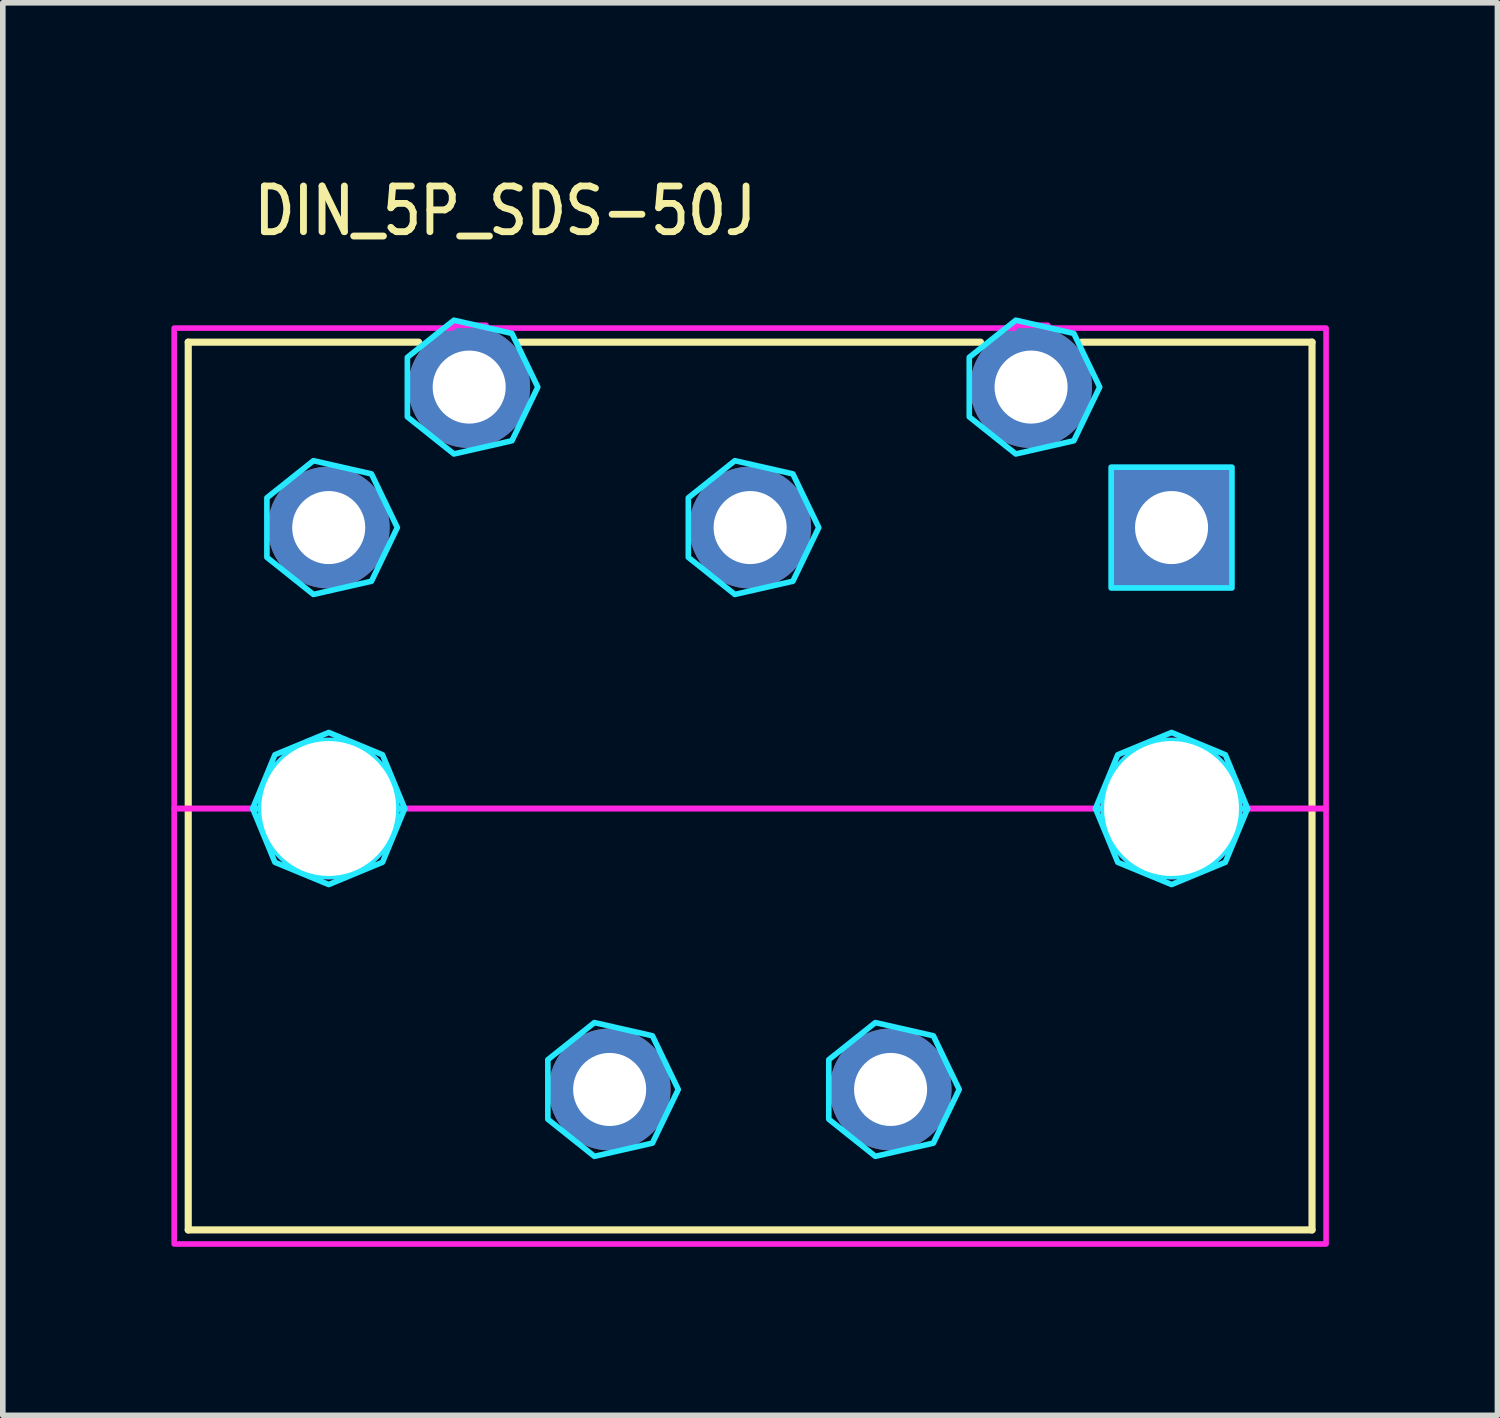
<source format=kicad_pcb>
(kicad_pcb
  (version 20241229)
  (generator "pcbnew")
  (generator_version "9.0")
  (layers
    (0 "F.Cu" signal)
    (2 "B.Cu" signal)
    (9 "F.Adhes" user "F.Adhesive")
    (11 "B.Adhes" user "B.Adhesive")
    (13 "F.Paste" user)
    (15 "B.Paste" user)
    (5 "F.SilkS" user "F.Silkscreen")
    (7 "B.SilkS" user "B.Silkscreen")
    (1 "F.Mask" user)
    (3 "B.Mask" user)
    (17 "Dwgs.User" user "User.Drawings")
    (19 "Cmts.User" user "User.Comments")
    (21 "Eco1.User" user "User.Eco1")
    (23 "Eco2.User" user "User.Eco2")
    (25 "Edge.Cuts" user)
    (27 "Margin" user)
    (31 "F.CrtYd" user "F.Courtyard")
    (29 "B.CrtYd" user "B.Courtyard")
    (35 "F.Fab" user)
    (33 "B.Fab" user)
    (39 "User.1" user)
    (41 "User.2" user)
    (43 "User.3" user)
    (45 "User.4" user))
  (footprint "DIN_5P_SDS-50J"
    (layer "F.Cu")
    (at 10.3 11.339)
    (property "Reference" "DIN_5P_SDS-50J" (at -8.89 -10.16 0) (unlocked yes) (layer "F.SilkS") (effects (font (size 0.813 0.695) (thickness 0.122)) (justify left bottom)))
    (fp_line (start -10 -8.3) (end -10 7.5) (stroke (width 0.127) (type solid)) (layer "F.SilkS"))
    (fp_line (start -10 7.5) (end 10 7.5) (stroke (width 0.127) (type solid)) (layer "F.SilkS"))
    (fp_line (start -5.9 -8.3) (end -10 -8.3) (stroke (width 0.127) (type solid)) (layer "F.SilkS"))
    (fp_line (start 4.1 -8.3) (end -4.1 -8.3) (stroke (width 0.127) (type solid)) (layer "F.SilkS"))
    (fp_line (start 10 -8.3) (end 5.9 -8.3) (stroke (width 0.127) (type solid)) (layer "F.SilkS"))
    (fp_line (start 10 7.5) (end 10 -8.3) (stroke (width 0.127) (type solid)) (layer "F.SilkS"))
    (fp_poly (pts (xy 6.425 -6.075) (xy 8.575 -6.075) (xy 8.575 -3.925) (xy 6.425 -3.925)) (stroke (width 0.1) (type solid)) (fill no) (layer "B.CrtYd"))
    (fp_poly (pts (xy -6.279 -5) (xy -6.739 -5.955) (xy -7.772 -6.19) (xy -8.6 -5.53) (xy -8.6 -4.47) (xy -7.772 -3.81) (xy -6.739 -4.045)) (stroke (width 0.1) (type solid)) (fill no) (layer "B.CrtYd"))
    (fp_poly (pts (xy -3.779 -7.5) (xy -4.239 -8.455) (xy -5.272 -8.69) (xy -6.1 -8.03) (xy -6.1 -6.97) (xy -5.272 -6.31) (xy -4.239 -6.545)) (stroke (width 0.1) (type solid)) (fill no) (layer "B.CrtYd"))
    (fp_poly (pts (xy -1.279 5) (xy -1.739 4.045) (xy -2.772 3.81) (xy -3.6 4.47) (xy -3.6 5.53) (xy -2.772 6.19) (xy -1.739 5.955)) (stroke (width 0.1) (type solid)) (fill no) (layer "B.CrtYd"))
    (fp_poly (pts (xy 1.221 -5) (xy 0.761 -5.955) (xy -0.272 -6.19) (xy -1.1 -5.53) (xy -1.1 -4.47) (xy -0.272 -3.81) (xy 0.761 -4.045)) (stroke (width 0.1) (type solid)) (fill no) (layer "B.CrtYd"))
    (fp_poly (pts (xy 3.721 5) (xy 3.261 4.045) (xy 2.228 3.81) (xy 1.4 4.47) (xy 1.4 5.53) (xy 2.228 6.19) (xy 3.261 5.955)) (stroke (width 0.1) (type solid)) (fill no) (layer "B.CrtYd"))
    (fp_poly (pts (xy 6.221 -7.5) (xy 5.761 -8.455) (xy 4.728 -8.69) (xy 3.9 -8.03) (xy 3.9 -6.97) (xy 4.728 -6.31) (xy 5.761 -6.545)) (stroke (width 0.1) (type solid)) (fill no) (layer "B.CrtYd"))
    (fp_poly (pts (xy -8.853 0) (xy -8.457 -0.957) (xy -7.5 -1.353) (xy -6.543 -0.957) (xy -6.147 0) (xy -6.29 0) (xy -6.29 -0.000078) (xy -6.29 -0.019) (xy -6.29 -0.019) (xy -6.291 -0.038) (xy -6.291 -0.038) (xy -6.291 -0.057) (xy -6.291 -0.057) (xy -6.292 -0.076) (xy -6.292 -0.076) (xy -6.294 -0.095) (xy -6.294 -0.095) (xy -6.295 -0.114) (xy -6.295 -0.114) (xy -6.297 -0.133) (xy -6.297 -0.133) (xy -6.3 -0.152) (xy -6.3 -0.152) (xy -6.302 -0.17) (xy -6.302 -0.171) (xy -6.305 -0.189) (xy -6.305 -0.189) (xy -6.308 -0.208) (xy -6.308 -0.208) (xy -6.311 -0.227) (xy -6.311 -0.227) (xy -6.315 -0.245) (xy -6.315 -0.245) (xy -6.319 -0.264) (xy -6.319 -0.264) (xy -6.323 -0.282) (xy -6.323 -0.283) (xy -6.328 -0.301) (xy -6.328 -0.301) (xy -6.333 -0.319) (xy -6.333 -0.319) (xy -6.338 -0.338) (xy -6.338 -0.338) (xy -6.343 -0.356) (xy -6.344 -0.356) (xy -6.349 -0.374) (xy -6.349 -0.374) (xy -6.355 -0.392) (xy -6.355 -0.392) (xy -6.362 -0.41) (xy -6.362 -0.41) (xy -6.368 -0.428) (xy -6.368 -0.428) (xy -6.375 -0.445) (xy -6.375 -0.446) (xy -6.382 -0.463) (xy -6.382 -0.463) (xy -6.389 -0.48) (xy -6.39 -0.481) (xy -6.397 -0.498) (xy -6.397 -0.498) (xy -6.405 -0.515) (xy -6.405 -0.515) (xy -6.413 -0.532) (xy -6.413 -0.532) (xy -6.422 -0.549) (xy -6.422 -0.549) (xy -6.431 -0.566) (xy -6.431 -0.566) (xy -6.44 -0.583) (xy -6.44 -0.583) (xy -6.449 -0.599) (xy -6.449 -0.6) (xy -6.458 -0.616) (xy -6.459 -0.616) (xy -6.468 -0.632) (xy -6.468 -0.632) (xy -6.478 -0.648) (xy -6.478 -0.648) (xy -6.489 -0.664) (xy -6.489 -0.664) (xy -6.499 -0.68) (xy -6.499 -0.68) (xy -6.51 -0.696) (xy -6.51 -0.696) (xy -6.521 -0.711) (xy -6.521 -0.711) (xy -6.532 -0.726) (xy -6.532 -0.727) (xy -6.544 -0.742) (xy -6.544 -0.742) (xy -6.556 -0.756) (xy -6.556 -0.757) (xy -6.568 -0.771) (xy -6.568 -0.771) (xy -6.58 -0.786) (xy -6.58 -0.786) (xy -6.592 -0.8) (xy -6.592 -0.8) (xy -6.605 -0.814) (xy -6.605 -0.814) (xy -6.618 -0.828) (xy -6.618 -0.828) (xy -6.631 -0.842) (xy -6.631 -0.842) (xy -6.644 -0.856) (xy -6.644 -0.856) (xy -6.658 -0.869) (xy -6.658 -0.869) (xy -6.672 -0.882) (xy -6.672 -0.882) (xy -6.686 -0.895) (xy -6.686 -0.895) (xy -6.7 -0.908) (xy -6.7 -0.908) (xy -6.714 -0.92) (xy -6.714 -0.92) (xy -6.729 -0.932) (xy -6.729 -0.932) (xy -6.743 -0.944) (xy -6.744 -0.944) (xy -6.758 -0.956) (xy -6.758 -0.956) (xy -6.773 -0.968) (xy -6.774 -0.968) (xy -6.789 -0.979) (xy -6.789 -0.979) (xy -6.804 -0.99) (xy -6.804 -0.99) (xy -6.82 -1.001) (xy -6.82 -1.001) (xy -6.836 -1.011) (xy -6.836 -1.011) (xy -6.852 -1.022) (xy -6.852 -1.022) (xy -6.868 -1.032) (xy -6.868 -1.032) (xy -6.884 -1.041) (xy -6.884 -1.042) (xy -6.9 -1.051) (xy -6.901 -1.051) (xy -6.917 -1.06) (xy -6.917 -1.06) (xy -6.934 -1.069) (xy -6.934 -1.069) (xy -6.951 -1.078) (xy -6.951 -1.078) (xy -6.968 -1.087) (xy -6.968 -1.087) (xy -6.985 -1.095) (xy -6.985 -1.095) (xy -7.002 -1.103) (xy -7.002 -1.103) (xy -7.019 -1.11) (xy -7.02 -1.111) (xy -7.037 -1.118) (xy -7.037 -1.118) (xy -7.054 -1.125) (xy -7.055 -1.125) (xy -7.072 -1.132) (xy -7.072 -1.132) (xy -7.09 -1.138) (xy -7.09 -1.138) (xy -7.108 -1.145) (xy -7.108 -1.145) (xy -7.126 -1.151) (xy -7.126 -1.151) (xy -7.144 -1.156) (xy -7.144 -1.157) (xy -7.162 -1.162) (xy -7.162 -1.162) (xy -7.181 -1.167) (xy -7.181 -1.167) (xy -7.199 -1.172) (xy -7.199 -1.172) (xy -7.217 -1.177) (xy -7.218 -1.177) (xy -7.236 -1.181) (xy -7.236 -1.181) (xy -7.255 -1.185) (xy -7.255 -1.185) (xy -7.273 -1.189) (xy -7.273 -1.189) (xy -7.292 -1.192) (xy -7.292 -1.192) (xy -7.311 -1.195) (xy -7.311 -1.195) (xy -7.329 -1.198) (xy -7.33 -1.198) (xy -7.348 -1.2) (xy -7.348 -1.2) (xy -7.367 -1.203) (xy -7.367 -1.203) (xy -7.386 -1.205) (xy -7.386 -1.205) (xy -7.405 -1.206) (xy -7.405 -1.206) (xy -7.424 -1.208) (xy -7.424 -1.208) (xy -7.443 -1.209) (xy -7.443 -1.209) (xy -7.462 -1.209) (xy -7.462 -1.209) (xy -7.481 -1.21) (xy -7.481 -1.21) (xy -7.5 -1.21) (xy -7.5 -1.21) (xy -7.519 -1.21) (xy -7.519 -1.21) (xy -7.538 -1.209) (xy -7.538 -1.209) (xy -7.557 -1.209) (xy -7.557 -1.209) (xy -7.576 -1.208) (xy -7.576 -1.208) (xy -7.595 -1.206) (xy -7.595 -1.206) (xy -7.614 -1.205) (xy -7.614 -1.205) (xy -7.633 -1.203) (xy -7.633 -1.203) (xy -7.652 -1.2) (xy -7.652 -1.2) (xy -7.67 -1.198) (xy -7.671 -1.198) (xy -7.689 -1.195) (xy -7.689 -1.195) (xy -7.708 -1.192) (xy -7.708 -1.192) (xy -7.727 -1.189) (xy -7.727 -1.189) (xy -7.745 -1.185) (xy -7.745 -1.185) (xy -7.764 -1.181) (xy -7.764 -1.181) (xy -7.782 -1.177) (xy -7.783 -1.177) (xy -7.801 -1.172) (xy -7.801 -1.172) (xy -7.819 -1.167) (xy -7.819 -1.167) (xy -7.838 -1.162) (xy -7.838 -1.162) (xy -7.856 -1.157) (xy -7.856 -1.156) (xy -7.874 -1.151) (xy -7.874 -1.151) (xy -7.892 -1.145) (xy -7.892 -1.145) (xy -7.91 -1.138) (xy -7.91 -1.138) (xy -7.928 -1.132) (xy -7.928 -1.132) (xy -7.945 -1.125) (xy -7.946 -1.125) (xy -7.963 -1.118) (xy -7.963 -1.118) (xy -7.98 -1.111) (xy -7.981 -1.11) (xy -7.998 -1.103) (xy -7.998 -1.103) (xy -8.015 -1.095) (xy -8.015 -1.095) (xy -8.032 -1.087) (xy -8.032 -1.087) (xy -8.049 -1.078) (xy -8.049 -1.078) (xy -8.066 -1.069) (xy -8.066 -1.069) (xy -8.083 -1.06) (xy -8.083 -1.06) (xy -8.099 -1.051) (xy -8.1 -1.051) (xy -8.116 -1.042) (xy -8.116 -1.041) (xy -8.132 -1.032) (xy -8.132 -1.032) (xy -8.148 -1.022) (xy -8.148 -1.022) (xy -8.164 -1.011) (xy -8.164 -1.011) (xy -8.18 -1.001) (xy -8.18 -1.001) (xy -8.196 -0.99) (xy -8.196 -0.99) (xy -8.211 -0.979) (xy -8.211 -0.979) (xy -8.226 -0.968) (xy -8.227 -0.968) (xy -8.242 -0.956) (xy -8.242 -0.956) (xy -8.256 -0.944) (xy -8.257 -0.944) (xy -8.271 -0.932) (xy -8.271 -0.932) (xy -8.286 -0.92) (xy -8.286 -0.92) (xy -8.3 -0.908) (xy -8.3 -0.908) (xy -8.314 -0.895) (xy -8.314 -0.895) (xy -8.328 -0.882) (xy -8.328 -0.882) (xy -8.342 -0.869) (xy -8.342 -0.869) (xy -8.356 -0.856) (xy -8.356 -0.856) (xy -8.369 -0.842) (xy -8.369 -0.842) (xy -8.382 -0.828) (xy -8.382 -0.828) (xy -8.395 -0.814) (xy -8.395 -0.814) (xy -8.408 -0.8) (xy -8.408 -0.8) (xy -8.42 -0.786) (xy -8.42 -0.786) (xy -8.432 -0.771) (xy -8.432 -0.771) (xy -8.444 -0.757) (xy -8.444 -0.756) (xy -8.456 -0.742) (xy -8.456 -0.742) (xy -8.468 -0.727) (xy -8.468 -0.726) (xy -8.479 -0.711) (xy -8.479 -0.711) (xy -8.49 -0.696) (xy -8.49 -0.696) (xy -8.501 -0.68) (xy -8.501 -0.68) (xy -8.511 -0.664) (xy -8.511 -0.664) (xy -8.522 -0.648) (xy -8.522 -0.648) (xy -8.532 -0.632) (xy -8.532 -0.632) (xy -8.541 -0.616) (xy -8.542 -0.616) (xy -8.551 -0.6) (xy -8.551 -0.599) (xy -8.56 -0.583) (xy -8.56 -0.583) (xy -8.569 -0.566) (xy -8.569 -0.566) (xy -8.578 -0.549) (xy -8.578 -0.549) (xy -8.587 -0.532) (xy -8.587 -0.532) (xy -8.595 -0.515) (xy -8.595 -0.515) (xy -8.603 -0.498) (xy -8.603 -0.498) (xy -8.61 -0.481) (xy -8.611 -0.48) (xy -8.618 -0.463) (xy -8.618 -0.463) (xy -8.625 -0.446) (xy -8.625 -0.445) (xy -8.632 -0.428) (xy -8.632 -0.428) (xy -8.638 -0.41) (xy -8.638 -0.41) (xy -8.645 -0.392) (xy -8.645 -0.392) (xy -8.651 -0.374) (xy -8.651 -0.374) (xy -8.656 -0.356) (xy -8.657 -0.356) (xy -8.662 -0.338) (xy -8.662 -0.338) (xy -8.667 -0.319) (xy -8.667 -0.319) (xy -8.672 -0.301) (xy -8.672 -0.301) (xy -8.677 -0.283) (xy -8.677 -0.282) (xy -8.681 -0.264) (xy -8.681 -0.264) (xy -8.685 -0.245) (xy -8.685 -0.245) (xy -8.689 -0.227) (xy -8.689 -0.227) (xy -8.692 -0.208) (xy -8.692 -0.208) (xy -8.695 -0.189) (xy -8.695 -0.189) (xy -8.698 -0.171) (xy -8.698 -0.17) (xy -8.7 -0.152) (xy -8.7 -0.152) (xy -8.703 -0.133) (xy -8.703 -0.133) (xy -8.705 -0.114) (xy -8.705 -0.114) (xy -8.706 -0.095) (xy -8.706 -0.095) (xy -8.708 -0.076) (xy -8.708 -0.076) (xy -8.709 -0.057) (xy -8.709 -0.057) (xy -8.709 -0.038) (xy -8.709 -0.038) (xy -8.71 -0.019) (xy -8.71 -0.019) (xy -8.71 -0.000078) (xy -8.71 0)) (stroke (width 0.1) (type solid)) (fill no) (layer "B.CrtYd"))
    (fp_poly (pts (xy -6.543 0.957) (xy -7.5 1.353) (xy -8.457 0.957) (xy -8.853 0) (xy -8.71 0) (xy -8.71 0.000078) (xy -8.71 0.019) (xy -8.71 0.019) (xy -8.709 0.038) (xy -8.709 0.038) (xy -8.709 0.057) (xy -8.709 0.057) (xy -8.708 0.076) (xy -8.708 0.076) (xy -8.706 0.095) (xy -8.706 0.095) (xy -8.705 0.114) (xy -8.705 0.114) (xy -8.703 0.133) (xy -8.703 0.133) (xy -8.7 0.152) (xy -8.7 0.152) (xy -8.698 0.17) (xy -8.698 0.171) (xy -8.695 0.189) (xy -8.695 0.189) (xy -8.692 0.208) (xy -8.692 0.208) (xy -8.689 0.227) (xy -8.689 0.227) (xy -8.685 0.245) (xy -8.685 0.245) (xy -8.681 0.264) (xy -8.681 0.264) (xy -8.677 0.282) (xy -8.677 0.283) (xy -8.672 0.301) (xy -8.672 0.301) (xy -8.667 0.319) (xy -8.667 0.319) (xy -8.662 0.338) (xy -8.662 0.338) (xy -8.657 0.356) (xy -8.656 0.356) (xy -8.651 0.374) (xy -8.651 0.374) (xy -8.645 0.392) (xy -8.645 0.392) (xy -8.638 0.41) (xy -8.638 0.41) (xy -8.632 0.428) (xy -8.632 0.428) (xy -8.625 0.445) (xy -8.625 0.446) (xy -8.618 0.463) (xy -8.618 0.463) (xy -8.611 0.48) (xy -8.61 0.481) (xy -8.603 0.498) (xy -8.603 0.498) (xy -8.595 0.515) (xy -8.595 0.515) (xy -8.587 0.532) (xy -8.587 0.532) (xy -8.578 0.549) (xy -8.578 0.549) (xy -8.569 0.566) (xy -8.569 0.566) (xy -8.56 0.583) (xy -8.56 0.583) (xy -8.551 0.599) (xy -8.551 0.6) (xy -8.542 0.616) (xy -8.541 0.616) (xy -8.532 0.632) (xy -8.532 0.632) (xy -8.522 0.648) (xy -8.522 0.648) (xy -8.511 0.664) (xy -8.511 0.664) (xy -8.501 0.68) (xy -8.501 0.68) (xy -8.49 0.696) (xy -8.49 0.696) (xy -8.479 0.711) (xy -8.479 0.711) (xy -8.468 0.726) (xy -8.468 0.727) (xy -8.456 0.742) (xy -8.456 0.742) (xy -8.444 0.756) (xy -8.444 0.757) (xy -8.432 0.771) (xy -8.432 0.771) (xy -8.42 0.786) (xy -8.42 0.786) (xy -8.408 0.8) (xy -8.408 0.8) (xy -8.395 0.814) (xy -8.395 0.814) (xy -8.382 0.828) (xy -8.382 0.828) (xy -8.369 0.842) (xy -8.369 0.842) (xy -8.356 0.856) (xy -8.356 0.856) (xy -8.342 0.869) (xy -8.342 0.869) (xy -8.328 0.882) (xy -8.328 0.882) (xy -8.314 0.895) (xy -8.314 0.895) (xy -8.3 0.908) (xy -8.3 0.908) (xy -8.286 0.92) (xy -8.286 0.92) (xy -8.271 0.932) (xy -8.271 0.932) (xy -8.257 0.944) (xy -8.256 0.944) (xy -8.242 0.956) (xy -8.242 0.956) (xy -8.227 0.968) (xy -8.226 0.968) (xy -8.211 0.979) (xy -8.211 0.979) (xy -8.196 0.99) (xy -8.196 0.99) (xy -8.18 1.001) (xy -8.18 1.001) (xy -8.164 1.011) (xy -8.164 1.011) (xy -8.148 1.022) (xy -8.148 1.022) (xy -8.132 1.032) (xy -8.132 1.032) (xy -8.116 1.041) (xy -8.116 1.042) (xy -8.1 1.051) (xy -8.099 1.051) (xy -8.083 1.06) (xy -8.083 1.06) (xy -8.066 1.069) (xy -8.066 1.069) (xy -8.049 1.078) (xy -8.049 1.078) (xy -8.032 1.087) (xy -8.032 1.087) (xy -8.015 1.095) (xy -8.015 1.095) (xy -7.998 1.103) (xy -7.998 1.103) (xy -7.981 1.11) (xy -7.98 1.111) (xy -7.963 1.118) (xy -7.963 1.118) (xy -7.946 1.125) (xy -7.945 1.125) (xy -7.928 1.132) (xy -7.928 1.132) (xy -7.91 1.138) (xy -7.91 1.138) (xy -7.892 1.145) (xy -7.892 1.145) (xy -7.874 1.151) (xy -7.874 1.151) (xy -7.856 1.156) (xy -7.856 1.157) (xy -7.838 1.162) (xy -7.838 1.162) (xy -7.819 1.167) (xy -7.819 1.167) (xy -7.801 1.172) (xy -7.801 1.172) (xy -7.783 1.177) (xy -7.782 1.177) (xy -7.764 1.181) (xy -7.764 1.181) (xy -7.745 1.185) (xy -7.745 1.185) (xy -7.727 1.189) (xy -7.727 1.189) (xy -7.708 1.192) (xy -7.708 1.192) (xy -7.689 1.195) (xy -7.689 1.195) (xy -7.671 1.198) (xy -7.67 1.198) (xy -7.652 1.2) (xy -7.652 1.2) (xy -7.633 1.203) (xy -7.633 1.203) (xy -7.614 1.205) (xy -7.614 1.205) (xy -7.595 1.206) (xy -7.595 1.206) (xy -7.576 1.208) (xy -7.576 1.208) (xy -7.557 1.209) (xy -7.557 1.209) (xy -7.538 1.209) (xy -7.538 1.209) (xy -7.519 1.21) (xy -7.519 1.21) (xy -7.5 1.21) (xy -7.5 1.21) (xy -7.481 1.21) (xy -7.481 1.21) (xy -7.462 1.209) (xy -7.462 1.209) (xy -7.443 1.209) (xy -7.443 1.209) (xy -7.424 1.208) (xy -7.424 1.208) (xy -7.405 1.206) (xy -7.405 1.206) (xy -7.386 1.205) (xy -7.386 1.205) (xy -7.367 1.203) (xy -7.367 1.203) (xy -7.348 1.2) (xy -7.348 1.2) (xy -7.33 1.198) (xy -7.329 1.198) (xy -7.311 1.195) (xy -7.311 1.195) (xy -7.292 1.192) (xy -7.292 1.192) (xy -7.273 1.189) (xy -7.273 1.189) (xy -7.255 1.185) (xy -7.255 1.185) (xy -7.236 1.181) (xy -7.236 1.181) (xy -7.218 1.177) (xy -7.217 1.177) (xy -7.199 1.172) (xy -7.199 1.172) (xy -7.181 1.167) (xy -7.181 1.167) (xy -7.162 1.162) (xy -7.162 1.162) (xy -7.144 1.157) (xy -7.144 1.156) (xy -7.126 1.151) (xy -7.126 1.151) (xy -7.108 1.145) (xy -7.108 1.145) (xy -7.09 1.138) (xy -7.09 1.138) (xy -7.072 1.132) (xy -7.072 1.132) (xy -7.055 1.125) (xy -7.054 1.125) (xy -7.037 1.118) (xy -7.037 1.118) (xy -7.02 1.111) (xy -7.019 1.11) (xy -7.002 1.103) (xy -7.002 1.103) (xy -6.985 1.095) (xy -6.985 1.095) (xy -6.968 1.087) (xy -6.968 1.087) (xy -6.951 1.078) (xy -6.951 1.078) (xy -6.934 1.069) (xy -6.934 1.069) (xy -6.917 1.06) (xy -6.917 1.06) (xy -6.901 1.051) (xy -6.9 1.051) (xy -6.884 1.042) (xy -6.884 1.041) (xy -6.868 1.032) (xy -6.868 1.032) (xy -6.852 1.022) (xy -6.852 1.022) (xy -6.836 1.011) (xy -6.836 1.011) (xy -6.82 1.001) (xy -6.82 1.001) (xy -6.804 0.99) (xy -6.804 0.99) (xy -6.789 0.979) (xy -6.789 0.979) (xy -6.774 0.968) (xy -6.773 0.968) (xy -6.758 0.956) (xy -6.758 0.956) (xy -6.744 0.944) (xy -6.743 0.944) (xy -6.729 0.932) (xy -6.729 0.932) (xy -6.714 0.92) (xy -6.714 0.92) (xy -6.7 0.908) (xy -6.7 0.908) (xy -6.686 0.895) (xy -6.686 0.895) (xy -6.672 0.882) (xy -6.672 0.882) (xy -6.658 0.869) (xy -6.658 0.869) (xy -6.644 0.856) (xy -6.644 0.856) (xy -6.631 0.842) (xy -6.631 0.842) (xy -6.618 0.828) (xy -6.618 0.828) (xy -6.605 0.814) (xy -6.605 0.814) (xy -6.592 0.8) (xy -6.592 0.8) (xy -6.58 0.786) (xy -6.58 0.786) (xy -6.568 0.771) (xy -6.568 0.771) (xy -6.556 0.757) (xy -6.556 0.756) (xy -6.544 0.742) (xy -6.544 0.742) (xy -6.532 0.727) (xy -6.532 0.726) (xy -6.521 0.711) (xy -6.521 0.711) (xy -6.51 0.696) (xy -6.51 0.696) (xy -6.499 0.68) (xy -6.499 0.68) (xy -6.489 0.664) (xy -6.489 0.664) (xy -6.478 0.648) (xy -6.478 0.648) (xy -6.468 0.632) (xy -6.468 0.632) (xy -6.459 0.616) (xy -6.458 0.616) (xy -6.449 0.6) (xy -6.449 0.599) (xy -6.44 0.583) (xy -6.44 0.583) (xy -6.431 0.566) (xy -6.431 0.566) (xy -6.422 0.549) (xy -6.422 0.549) (xy -6.413 0.532) (xy -6.413 0.532) (xy -6.405 0.515) (xy -6.405 0.515) (xy -6.397 0.498) (xy -6.397 0.498) (xy -6.39 0.481) (xy -6.389 0.48) (xy -6.382 0.463) (xy -6.382 0.463) (xy -6.375 0.446) (xy -6.375 0.445) (xy -6.368 0.428) (xy -6.368 0.428) (xy -6.362 0.41) (xy -6.362 0.41) (xy -6.355 0.392) (xy -6.355 0.392) (xy -6.349 0.374) (xy -6.349 0.374) (xy -6.344 0.356) (xy -6.343 0.356) (xy -6.338 0.338) (xy -6.338 0.338) (xy -6.333 0.319) (xy -6.333 0.319) (xy -6.328 0.301) (xy -6.328 0.301) (xy -6.323 0.283) (xy -6.323 0.282) (xy -6.319 0.264) (xy -6.319 0.264) (xy -6.315 0.245) (xy -6.315 0.245) (xy -6.311 0.227) (xy -6.311 0.227) (xy -6.308 0.208) (xy -6.308 0.208) (xy -6.305 0.189) (xy -6.305 0.189) (xy -6.302 0.171) (xy -6.302 0.17) (xy -6.3 0.152) (xy -6.3 0.152) (xy -6.297 0.133) (xy -6.297 0.133) (xy -6.295 0.114) (xy -6.295 0.114) (xy -6.294 0.095) (xy -6.294 0.095) (xy -6.292 0.076) (xy -6.292 0.076) (xy -6.291 0.057) (xy -6.291 0.057) (xy -6.291 0.038) (xy -6.291 0.038) (xy -6.29 0.019) (xy -6.29 0.019) (xy -6.29 0.000078) (xy -6.29 0) (xy -6.147 0)) (stroke (width 0.1) (type solid)) (fill no) (layer "B.CrtYd"))
    (fp_poly (pts (xy 6.147 0) (xy 6.543 -0.957) (xy 7.5 -1.353) (xy 8.457 -0.957) (xy 8.853 0) (xy 8.71 0) (xy 8.71 -0.000078) (xy 8.71 -0.019) (xy 8.71 -0.019) (xy 8.709 -0.038) (xy 8.709 -0.038) (xy 8.709 -0.057) (xy 8.709 -0.057) (xy 8.708 -0.076) (xy 8.708 -0.076) (xy 8.706 -0.095) (xy 8.706 -0.095) (xy 8.705 -0.114) (xy 8.705 -0.114) (xy 8.703 -0.133) (xy 8.703 -0.133) (xy 8.7 -0.152) (xy 8.7 -0.152) (xy 8.698 -0.17) (xy 8.698 -0.171) (xy 8.695 -0.189) (xy 8.695 -0.189) (xy 8.692 -0.208) (xy 8.692 -0.208) (xy 8.689 -0.227) (xy 8.689 -0.227) (xy 8.685 -0.245) (xy 8.685 -0.245) (xy 8.681 -0.264) (xy 8.681 -0.264) (xy 8.677 -0.282) (xy 8.677 -0.283) (xy 8.672 -0.301) (xy 8.672 -0.301) (xy 8.667 -0.319) (xy 8.667 -0.319) (xy 8.662 -0.338) (xy 8.662 -0.338) (xy 8.657 -0.356) (xy 8.656 -0.356) (xy 8.651 -0.374) (xy 8.651 -0.374) (xy 8.645 -0.392) (xy 8.645 -0.392) (xy 8.638 -0.41) (xy 8.638 -0.41) (xy 8.632 -0.428) (xy 8.632 -0.428) (xy 8.625 -0.445) (xy 8.625 -0.446) (xy 8.618 -0.463) (xy 8.618 -0.463) (xy 8.611 -0.48) (xy 8.61 -0.481) (xy 8.603 -0.498) (xy 8.603 -0.498) (xy 8.595 -0.515) (xy 8.595 -0.515) (xy 8.587 -0.532) (xy 8.587 -0.532) (xy 8.578 -0.549) (xy 8.578 -0.549) (xy 8.569 -0.566) (xy 8.569 -0.566) (xy 8.56 -0.583) (xy 8.56 -0.583) (xy 8.551 -0.599) (xy 8.551 -0.6) (xy 8.542 -0.616) (xy 8.541 -0.616) (xy 8.532 -0.632) (xy 8.532 -0.632) (xy 8.522 -0.648) (xy 8.522 -0.648) (xy 8.511 -0.664) (xy 8.511 -0.664) (xy 8.501 -0.68) (xy 8.501 -0.68) (xy 8.49 -0.696) (xy 8.49 -0.696) (xy 8.479 -0.711) (xy 8.479 -0.711) (xy 8.468 -0.726) (xy 8.468 -0.727) (xy 8.456 -0.742) (xy 8.456 -0.742) (xy 8.444 -0.756) (xy 8.444 -0.757) (xy 8.432 -0.771) (xy 8.432 -0.771) (xy 8.42 -0.786) (xy 8.42 -0.786) (xy 8.408 -0.8) (xy 8.408 -0.8) (xy 8.395 -0.814) (xy 8.395 -0.814) (xy 8.382 -0.828) (xy 8.382 -0.828) (xy 8.369 -0.842) (xy 8.369 -0.842) (xy 8.356 -0.856) (xy 8.356 -0.856) (xy 8.342 -0.869) (xy 8.342 -0.869) (xy 8.328 -0.882) (xy 8.328 -0.882) (xy 8.314 -0.895) (xy 8.314 -0.895) (xy 8.3 -0.908) (xy 8.3 -0.908) (xy 8.286 -0.92) (xy 8.286 -0.92) (xy 8.271 -0.932) (xy 8.271 -0.932) (xy 8.257 -0.944) (xy 8.256 -0.944) (xy 8.242 -0.956) (xy 8.242 -0.956) (xy 8.227 -0.968) (xy 8.226 -0.968) (xy 8.211 -0.979) (xy 8.211 -0.979) (xy 8.196 -0.99) (xy 8.196 -0.99) (xy 8.18 -1.001) (xy 8.18 -1.001) (xy 8.164 -1.011) (xy 8.164 -1.011) (xy 8.148 -1.022) (xy 8.148 -1.022) (xy 8.132 -1.032) (xy 8.132 -1.032) (xy 8.116 -1.041) (xy 8.116 -1.042) (xy 8.1 -1.051) (xy 8.099 -1.051) (xy 8.083 -1.06) (xy 8.083 -1.06) (xy 8.066 -1.069) (xy 8.066 -1.069) (xy 8.049 -1.078) (xy 8.049 -1.078) (xy 8.032 -1.087) (xy 8.032 -1.087) (xy 8.015 -1.095) (xy 8.015 -1.095) (xy 7.998 -1.103) (xy 7.998 -1.103) (xy 7.981 -1.11) (xy 7.98 -1.111) (xy 7.963 -1.118) (xy 7.963 -1.118) (xy 7.946 -1.125) (xy 7.945 -1.125) (xy 7.928 -1.132) (xy 7.928 -1.132) (xy 7.91 -1.138) (xy 7.91 -1.138) (xy 7.892 -1.145) (xy 7.892 -1.145) (xy 7.874 -1.151) (xy 7.874 -1.151) (xy 7.856 -1.156) (xy 7.856 -1.157) (xy 7.838 -1.162) (xy 7.838 -1.162) (xy 7.819 -1.167) (xy 7.819 -1.167) (xy 7.801 -1.172) (xy 7.801 -1.172) (xy 7.783 -1.177) (xy 7.782 -1.177) (xy 7.764 -1.181) (xy 7.764 -1.181) (xy 7.745 -1.185) (xy 7.745 -1.185) (xy 7.727 -1.189) (xy 7.727 -1.189) (xy 7.708 -1.192) (xy 7.708 -1.192) (xy 7.689 -1.195) (xy 7.689 -1.195) (xy 7.671 -1.198) (xy 7.67 -1.198) (xy 7.652 -1.2) (xy 7.652 -1.2) (xy 7.633 -1.203) (xy 7.633 -1.203) (xy 7.614 -1.205) (xy 7.614 -1.205) (xy 7.595 -1.206) (xy 7.595 -1.206) (xy 7.576 -1.208) (xy 7.576 -1.208) (xy 7.557 -1.209) (xy 7.557 -1.209) (xy 7.538 -1.209) (xy 7.538 -1.209) (xy 7.519 -1.21) (xy 7.519 -1.21) (xy 7.5 -1.21) (xy 7.5 -1.21) (xy 7.481 -1.21) (xy 7.481 -1.21) (xy 7.462 -1.209) (xy 7.462 -1.209) (xy 7.443 -1.209) (xy 7.443 -1.209) (xy 7.424 -1.208) (xy 7.424 -1.208) (xy 7.405 -1.206) (xy 7.405 -1.206) (xy 7.386 -1.205) (xy 7.386 -1.205) (xy 7.367 -1.203) (xy 7.367 -1.203) (xy 7.348 -1.2) (xy 7.348 -1.2) (xy 7.33 -1.198) (xy 7.329 -1.198) (xy 7.311 -1.195) (xy 7.311 -1.195) (xy 7.292 -1.192) (xy 7.292 -1.192) (xy 7.273 -1.189) (xy 7.273 -1.189) (xy 7.255 -1.185) (xy 7.255 -1.185) (xy 7.236 -1.181) (xy 7.236 -1.181) (xy 7.218 -1.177) (xy 7.217 -1.177) (xy 7.199 -1.172) (xy 7.199 -1.172) (xy 7.181 -1.167) (xy 7.181 -1.167) (xy 7.162 -1.162) (xy 7.162 -1.162) (xy 7.144 -1.157) (xy 7.144 -1.156) (xy 7.126 -1.151) (xy 7.126 -1.151) (xy 7.108 -1.145) (xy 7.108 -1.145) (xy 7.09 -1.138) (xy 7.09 -1.138) (xy 7.072 -1.132) (xy 7.072 -1.132) (xy 7.055 -1.125) (xy 7.054 -1.125) (xy 7.037 -1.118) (xy 7.037 -1.118) (xy 7.02 -1.111) (xy 7.019 -1.11) (xy 7.002 -1.103) (xy 7.002 -1.103) (xy 6.985 -1.095) (xy 6.985 -1.095) (xy 6.968 -1.087) (xy 6.968 -1.087) (xy 6.951 -1.078) (xy 6.951 -1.078) (xy 6.934 -1.069) (xy 6.934 -1.069) (xy 6.917 -1.06) (xy 6.917 -1.06) (xy 6.901 -1.051) (xy 6.9 -1.051) (xy 6.884 -1.042) (xy 6.884 -1.041) (xy 6.868 -1.032) (xy 6.868 -1.032) (xy 6.852 -1.022) (xy 6.852 -1.022) (xy 6.836 -1.011) (xy 6.836 -1.011) (xy 6.82 -1.001) (xy 6.82 -1.001) (xy 6.804 -0.99) (xy 6.804 -0.99) (xy 6.789 -0.979) (xy 6.789 -0.979) (xy 6.774 -0.968) (xy 6.773 -0.968) (xy 6.758 -0.956) (xy 6.758 -0.956) (xy 6.744 -0.944) (xy 6.743 -0.944) (xy 6.729 -0.932) (xy 6.729 -0.932) (xy 6.714 -0.92) (xy 6.714 -0.92) (xy 6.7 -0.908) (xy 6.7 -0.908) (xy 6.686 -0.895) (xy 6.686 -0.895) (xy 6.672 -0.882) (xy 6.672 -0.882) (xy 6.658 -0.869) (xy 6.658 -0.869) (xy 6.644 -0.856) (xy 6.644 -0.856) (xy 6.631 -0.842) (xy 6.631 -0.842) (xy 6.618 -0.828) (xy 6.618 -0.828) (xy 6.605 -0.814) (xy 6.605 -0.814) (xy 6.592 -0.8) (xy 6.592 -0.8) (xy 6.58 -0.786) (xy 6.58 -0.786) (xy 6.568 -0.771) (xy 6.568 -0.771) (xy 6.556 -0.757) (xy 6.556 -0.756) (xy 6.544 -0.742) (xy 6.544 -0.742) (xy 6.532 -0.727) (xy 6.532 -0.726) (xy 6.521 -0.711) (xy 6.521 -0.711) (xy 6.51 -0.696) (xy 6.51 -0.696) (xy 6.499 -0.68) (xy 6.499 -0.68) (xy 6.489 -0.664) (xy 6.489 -0.664) (xy 6.478 -0.648) (xy 6.478 -0.648) (xy 6.468 -0.632) (xy 6.468 -0.632) (xy 6.459 -0.616) (xy 6.458 -0.616) (xy 6.449 -0.6) (xy 6.449 -0.599) (xy 6.44 -0.583) (xy 6.44 -0.583) (xy 6.431 -0.566) (xy 6.431 -0.566) (xy 6.422 -0.549) (xy 6.422 -0.549) (xy 6.413 -0.532) (xy 6.413 -0.532) (xy 6.405 -0.515) (xy 6.405 -0.515) (xy 6.397 -0.498) (xy 6.397 -0.498) (xy 6.39 -0.481) (xy 6.389 -0.48) (xy 6.382 -0.463) (xy 6.382 -0.463) (xy 6.375 -0.446) (xy 6.375 -0.445) (xy 6.368 -0.428) (xy 6.368 -0.428) (xy 6.362 -0.41) (xy 6.362 -0.41) (xy 6.355 -0.392) (xy 6.355 -0.392) (xy 6.349 -0.374) (xy 6.349 -0.374) (xy 6.344 -0.356) (xy 6.343 -0.356) (xy 6.338 -0.338) (xy 6.338 -0.338) (xy 6.333 -0.319) (xy 6.333 -0.319) (xy 6.328 -0.301) (xy 6.328 -0.301) (xy 6.323 -0.283) (xy 6.323 -0.282) (xy 6.319 -0.264) (xy 6.319 -0.264) (xy 6.315 -0.245) (xy 6.315 -0.245) (xy 6.311 -0.227) (xy 6.311 -0.227) (xy 6.308 -0.208) (xy 6.308 -0.208) (xy 6.305 -0.189) (xy 6.305 -0.189) (xy 6.302 -0.171) (xy 6.302 -0.17) (xy 6.3 -0.152) (xy 6.3 -0.152) (xy 6.297 -0.133) (xy 6.297 -0.133) (xy 6.295 -0.114) (xy 6.295 -0.114) (xy 6.294 -0.095) (xy 6.294 -0.095) (xy 6.292 -0.076) (xy 6.292 -0.076) (xy 6.291 -0.057) (xy 6.291 -0.057) (xy 6.291 -0.038) (xy 6.291 -0.038) (xy 6.29 -0.019) (xy 6.29 -0.019) (xy 6.29 -0.000078) (xy 6.29 0)) (stroke (width 0.1) (type solid)) (fill no) (layer "B.CrtYd"))
    (fp_poly (pts (xy 8.457 0.957) (xy 7.5 1.353) (xy 6.543 0.957) (xy 6.147 0) (xy 6.29 0) (xy 6.29 0.000078) (xy 6.29 0.019) (xy 6.29 0.019) (xy 6.291 0.038) (xy 6.291 0.038) (xy 6.291 0.057) (xy 6.291 0.057) (xy 6.292 0.076) (xy 6.292 0.076) (xy 6.294 0.095) (xy 6.294 0.095) (xy 6.295 0.114) (xy 6.295 0.114) (xy 6.297 0.133) (xy 6.297 0.133) (xy 6.3 0.152) (xy 6.3 0.152) (xy 6.302 0.17) (xy 6.302 0.171) (xy 6.305 0.189) (xy 6.305 0.189) (xy 6.308 0.208) (xy 6.308 0.208) (xy 6.311 0.227) (xy 6.311 0.227) (xy 6.315 0.245) (xy 6.315 0.245) (xy 6.319 0.264) (xy 6.319 0.264) (xy 6.323 0.282) (xy 6.323 0.283) (xy 6.328 0.301) (xy 6.328 0.301) (xy 6.333 0.319) (xy 6.333 0.319) (xy 6.338 0.338) (xy 6.338 0.338) (xy 6.343 0.356) (xy 6.344 0.356) (xy 6.349 0.374) (xy 6.349 0.374) (xy 6.355 0.392) (xy 6.355 0.392) (xy 6.362 0.41) (xy 6.362 0.41) (xy 6.368 0.428) (xy 6.368 0.428) (xy 6.375 0.445) (xy 6.375 0.446) (xy 6.382 0.463) (xy 6.382 0.463) (xy 6.389 0.48) (xy 6.39 0.481) (xy 6.397 0.498) (xy 6.397 0.498) (xy 6.405 0.515) (xy 6.405 0.515) (xy 6.413 0.532) (xy 6.413 0.532) (xy 6.422 0.549) (xy 6.422 0.549) (xy 6.431 0.566) (xy 6.431 0.566) (xy 6.44 0.583) (xy 6.44 0.583) (xy 6.449 0.599) (xy 6.449 0.6) (xy 6.458 0.616) (xy 6.459 0.616) (xy 6.468 0.632) (xy 6.468 0.632) (xy 6.478 0.648) (xy 6.478 0.648) (xy 6.489 0.664) (xy 6.489 0.664) (xy 6.499 0.68) (xy 6.499 0.68) (xy 6.51 0.696) (xy 6.51 0.696) (xy 6.521 0.711) (xy 6.521 0.711) (xy 6.532 0.726) (xy 6.532 0.727) (xy 6.544 0.742) (xy 6.544 0.742) (xy 6.556 0.756) (xy 6.556 0.757) (xy 6.568 0.771) (xy 6.568 0.771) (xy 6.58 0.786) (xy 6.58 0.786) (xy 6.592 0.8) (xy 6.592 0.8) (xy 6.605 0.814) (xy 6.605 0.814) (xy 6.618 0.828) (xy 6.618 0.828) (xy 6.631 0.842) (xy 6.631 0.842) (xy 6.644 0.856) (xy 6.644 0.856) (xy 6.658 0.869) (xy 6.658 0.869) (xy 6.672 0.882) (xy 6.672 0.882) (xy 6.686 0.895) (xy 6.686 0.895) (xy 6.7 0.908) (xy 6.7 0.908) (xy 6.714 0.92) (xy 6.714 0.92) (xy 6.729 0.932) (xy 6.729 0.932) (xy 6.743 0.944) (xy 6.744 0.944) (xy 6.758 0.956) (xy 6.758 0.956) (xy 6.773 0.968) (xy 6.774 0.968) (xy 6.789 0.979) (xy 6.789 0.979) (xy 6.804 0.99) (xy 6.804 0.99) (xy 6.82 1.001) (xy 6.82 1.001) (xy 6.836 1.011) (xy 6.836 1.011) (xy 6.852 1.022) (xy 6.852 1.022) (xy 6.868 1.032) (xy 6.868 1.032) (xy 6.884 1.041) (xy 6.884 1.042) (xy 6.9 1.051) (xy 6.901 1.051) (xy 6.917 1.06) (xy 6.917 1.06) (xy 6.934 1.069) (xy 6.934 1.069) (xy 6.951 1.078) (xy 6.951 1.078) (xy 6.968 1.087) (xy 6.968 1.087) (xy 6.985 1.095) (xy 6.985 1.095) (xy 7.002 1.103) (xy 7.002 1.103) (xy 7.019 1.11) (xy 7.02 1.111) (xy 7.037 1.118) (xy 7.037 1.118) (xy 7.054 1.125) (xy 7.055 1.125) (xy 7.072 1.132) (xy 7.072 1.132) (xy 7.09 1.138) (xy 7.09 1.138) (xy 7.108 1.145) (xy 7.108 1.145) (xy 7.126 1.151) (xy 7.126 1.151) (xy 7.144 1.156) (xy 7.144 1.157) (xy 7.162 1.162) (xy 7.162 1.162) (xy 7.181 1.167) (xy 7.181 1.167) (xy 7.199 1.172) (xy 7.199 1.172) (xy 7.217 1.177) (xy 7.218 1.177) (xy 7.236 1.181) (xy 7.236 1.181) (xy 7.255 1.185) (xy 7.255 1.185) (xy 7.273 1.189) (xy 7.273 1.189) (xy 7.292 1.192) (xy 7.292 1.192) (xy 7.311 1.195) (xy 7.311 1.195) (xy 7.329 1.198) (xy 7.33 1.198) (xy 7.348 1.2) (xy 7.348 1.2) (xy 7.367 1.203) (xy 7.367 1.203) (xy 7.386 1.205) (xy 7.386 1.205) (xy 7.405 1.206) (xy 7.405 1.206) (xy 7.424 1.208) (xy 7.424 1.208) (xy 7.443 1.209) (xy 7.443 1.209) (xy 7.462 1.209) (xy 7.462 1.209) (xy 7.481 1.21) (xy 7.481 1.21) (xy 7.5 1.21) (xy 7.5 1.21) (xy 7.519 1.21) (xy 7.519 1.21) (xy 7.538 1.209) (xy 7.538 1.209) (xy 7.557 1.209) (xy 7.557 1.209) (xy 7.576 1.208) (xy 7.576 1.208) (xy 7.595 1.206) (xy 7.595 1.206) (xy 7.614 1.205) (xy 7.614 1.205) (xy 7.633 1.203) (xy 7.633 1.203) (xy 7.652 1.2) (xy 7.652 1.2) (xy 7.67 1.198) (xy 7.671 1.198) (xy 7.689 1.195) (xy 7.689 1.195) (xy 7.708 1.192) (xy 7.708 1.192) (xy 7.727 1.189) (xy 7.727 1.189) (xy 7.745 1.185) (xy 7.745 1.185) (xy 7.764 1.181) (xy 7.764 1.181) (xy 7.782 1.177) (xy 7.783 1.177) (xy 7.801 1.172) (xy 7.801 1.172) (xy 7.819 1.167) (xy 7.819 1.167) (xy 7.838 1.162) (xy 7.838 1.162) (xy 7.856 1.157) (xy 7.856 1.156) (xy 7.874 1.151) (xy 7.874 1.151) (xy 7.892 1.145) (xy 7.892 1.145) (xy 7.91 1.138) (xy 7.91 1.138) (xy 7.928 1.132) (xy 7.928 1.132) (xy 7.945 1.125) (xy 7.946 1.125) (xy 7.963 1.118) (xy 7.963 1.118) (xy 7.98 1.111) (xy 7.981 1.11) (xy 7.998 1.103) (xy 7.998 1.103) (xy 8.015 1.095) (xy 8.015 1.095) (xy 8.032 1.087) (xy 8.032 1.087) (xy 8.049 1.078) (xy 8.049 1.078) (xy 8.066 1.069) (xy 8.066 1.069) (xy 8.083 1.06) (xy 8.083 1.06) (xy 8.099 1.051) (xy 8.1 1.051) (xy 8.116 1.042) (xy 8.116 1.041) (xy 8.132 1.032) (xy 8.132 1.032) (xy 8.148 1.022) (xy 8.148 1.022) (xy 8.164 1.011) (xy 8.164 1.011) (xy 8.18 1.001) (xy 8.18 1.001) (xy 8.196 0.99) (xy 8.196 0.99) (xy 8.211 0.979) (xy 8.211 0.979) (xy 8.226 0.968) (xy 8.227 0.968) (xy 8.242 0.956) (xy 8.242 0.956) (xy 8.256 0.944) (xy 8.257 0.944) (xy 8.271 0.932) (xy 8.271 0.932) (xy 8.286 0.92) (xy 8.286 0.92) (xy 8.3 0.908) (xy 8.3 0.908) (xy 8.314 0.895) (xy 8.314 0.895) (xy 8.328 0.882) (xy 8.328 0.882) (xy 8.342 0.869) (xy 8.342 0.869) (xy 8.356 0.856) (xy 8.356 0.856) (xy 8.369 0.842) (xy 8.369 0.842) (xy 8.382 0.828) (xy 8.382 0.828) (xy 8.395 0.814) (xy 8.395 0.814) (xy 8.408 0.8) (xy 8.408 0.8) (xy 8.42 0.786) (xy 8.42 0.786) (xy 8.432 0.771) (xy 8.432 0.771) (xy 8.444 0.757) (xy 8.444 0.756) (xy 8.456 0.742) (xy 8.456 0.742) (xy 8.468 0.727) (xy 8.468 0.726) (xy 8.479 0.711) (xy 8.479 0.711) (xy 8.49 0.696) (xy 8.49 0.696) (xy 8.501 0.68) (xy 8.501 0.68) (xy 8.511 0.664) (xy 8.511 0.664) (xy 8.522 0.648) (xy 8.522 0.648) (xy 8.532 0.632) (xy 8.532 0.632) (xy 8.541 0.616) (xy 8.542 0.616) (xy 8.551 0.6) (xy 8.551 0.599) (xy 8.56 0.583) (xy 8.56 0.583) (xy 8.569 0.566) (xy 8.569 0.566) (xy 8.578 0.549) (xy 8.578 0.549) (xy 8.587 0.532) (xy 8.587 0.532) (xy 8.595 0.515) (xy 8.595 0.515) (xy 8.603 0.498) (xy 8.603 0.498) (xy 8.61 0.481) (xy 8.611 0.48) (xy 8.618 0.463) (xy 8.618 0.463) (xy 8.625 0.446) (xy 8.625 0.445) (xy 8.632 0.428) (xy 8.632 0.428) (xy 8.638 0.41) (xy 8.638 0.41) (xy 8.645 0.392) (xy 8.645 0.392) (xy 8.651 0.374) (xy 8.651 0.374) (xy 8.656 0.356) (xy 8.657 0.356) (xy 8.662 0.338) (xy 8.662 0.338) (xy 8.667 0.319) (xy 8.667 0.319) (xy 8.672 0.301) (xy 8.672 0.301) (xy 8.677 0.283) (xy 8.677 0.282) (xy 8.681 0.264) (xy 8.681 0.264) (xy 8.685 0.245) (xy 8.685 0.245) (xy 8.689 0.227) (xy 8.689 0.227) (xy 8.692 0.208) (xy 8.692 0.208) (xy 8.695 0.189) (xy 8.695 0.189) (xy 8.698 0.171) (xy 8.698 0.17) (xy 8.7 0.152) (xy 8.7 0.152) (xy 8.703 0.133) (xy 8.703 0.133) (xy 8.705 0.114) (xy 8.705 0.114) (xy 8.706 0.095) (xy 8.706 0.095) (xy 8.708 0.076) (xy 8.708 0.076) (xy 8.709 0.057) (xy 8.709 0.057) (xy 8.709 0.038) (xy 8.709 0.038) (xy 8.71 0.019) (xy 8.71 0.019) (xy 8.71 0.000078) (xy 8.71 0) (xy 8.853 0)) (stroke (width 0.1) (type solid)) (fill no) (layer "B.CrtYd"))
    (fp_poly (pts (xy 10.25 0) (xy 10.25 7.75) (xy -10.25 7.75) (xy -10.25 0) (xy -8.71 0) (xy -8.71 0.000078) (xy -8.71 0.019) (xy -8.71 0.019) (xy -8.709 0.038) (xy -8.709 0.038) (xy -8.709 0.057) (xy -8.709 0.057) (xy -8.708 0.076) (xy -8.708 0.076) (xy -8.706 0.095) (xy -8.706 0.095) (xy -8.705 0.114) (xy -8.705 0.114) (xy -8.703 0.133) (xy -8.703 0.133) (xy -8.7 0.152) (xy -8.7 0.152) (xy -8.698 0.17) (xy -8.698 0.171) (xy -8.695 0.189) (xy -8.695 0.189) (xy -8.692 0.208) (xy -8.692 0.208) (xy -8.689 0.227) (xy -8.689 0.227) (xy -8.685 0.245) (xy -8.685 0.245) (xy -8.681 0.264) (xy -8.681 0.264) (xy -8.677 0.282) (xy -8.677 0.283) (xy -8.672 0.301) (xy -8.672 0.301) (xy -8.667 0.319) (xy -8.667 0.319) (xy -8.662 0.338) (xy -8.662 0.338) (xy -8.657 0.356) (xy -8.656 0.356) (xy -8.651 0.374) (xy -8.651 0.374) (xy -8.645 0.392) (xy -8.645 0.392) (xy -8.638 0.41) (xy -8.638 0.41) (xy -8.632 0.428) (xy -8.632 0.428) (xy -8.625 0.445) (xy -8.625 0.446) (xy -8.618 0.463) (xy -8.618 0.463) (xy -8.611 0.48) (xy -8.61 0.481) (xy -8.603 0.498) (xy -8.603 0.498) (xy -8.595 0.515) (xy -8.595 0.515) (xy -8.587 0.532) (xy -8.587 0.532) (xy -8.578 0.549) (xy -8.578 0.549) (xy -8.569 0.566) (xy -8.569 0.566) (xy -8.56 0.583) (xy -8.56 0.583) (xy -8.551 0.599) (xy -8.551 0.6) (xy -8.542 0.616) (xy -8.541 0.616) (xy -8.532 0.632) (xy -8.532 0.632) (xy -8.522 0.648) (xy -8.522 0.648) (xy -8.511 0.664) (xy -8.511 0.664) (xy -8.501 0.68) (xy -8.501 0.68) (xy -8.49 0.696) (xy -8.49 0.696) (xy -8.479 0.711) (xy -8.479 0.711) (xy -8.468 0.726) (xy -8.468 0.727) (xy -8.456 0.742) (xy -8.456 0.742) (xy -8.444 0.756) (xy -8.444 0.757) (xy -8.432 0.771) (xy -8.432 0.771) (xy -8.42 0.786) (xy -8.42 0.786) (xy -8.408 0.8) (xy -8.408 0.8) (xy -8.395 0.814) (xy -8.395 0.814) (xy -8.382 0.828) (xy -8.382 0.828) (xy -8.369 0.842) (xy -8.369 0.842) (xy -8.356 0.856) (xy -8.356 0.856) (xy -8.342 0.869) (xy -8.342 0.869) (xy -8.328 0.882) (xy -8.328 0.882) (xy -8.314 0.895) (xy -8.314 0.895) (xy -8.3 0.908) (xy -8.3 0.908) (xy -8.286 0.92) (xy -8.286 0.92) (xy -8.271 0.932) (xy -8.271 0.932) (xy -8.257 0.944) (xy -8.256 0.944) (xy -8.242 0.956) (xy -8.242 0.956) (xy -8.227 0.968) (xy -8.226 0.968) (xy -8.211 0.979) (xy -8.211 0.979) (xy -8.196 0.99) (xy -8.196 0.99) (xy -8.18 1.001) (xy -8.18 1.001) (xy -8.164 1.011) (xy -8.164 1.011) (xy -8.148 1.022) (xy -8.148 1.022) (xy -8.132 1.032) (xy -8.132 1.032) (xy -8.116 1.041) (xy -8.116 1.042) (xy -8.1 1.051) (xy -8.099 1.051) (xy -8.083 1.06) (xy -8.083 1.06) (xy -8.066 1.069) (xy -8.066 1.069) (xy -8.049 1.078) (xy -8.049 1.078) (xy -8.032 1.087) (xy -8.032 1.087) (xy -8.015 1.095) (xy -8.015 1.095) (xy -7.998 1.103) (xy -7.998 1.103) (xy -7.981 1.11) (xy -7.98 1.111) (xy -7.963 1.118) (xy -7.963 1.118) (xy -7.946 1.125) (xy -7.945 1.125) (xy -7.928 1.132) (xy -7.928 1.132) (xy -7.91 1.138) (xy -7.91 1.138) (xy -7.892 1.145) (xy -7.892 1.145) (xy -7.874 1.151) (xy -7.874 1.151) (xy -7.856 1.156) (xy -7.856 1.157) (xy -7.838 1.162) (xy -7.838 1.162) (xy -7.819 1.167) (xy -7.819 1.167) (xy -7.801 1.172) (xy -7.801 1.172) (xy -7.783 1.177) (xy -7.782 1.177) (xy -7.764 1.181) (xy -7.764 1.181) (xy -7.745 1.185) (xy -7.745 1.185) (xy -7.727 1.189) (xy -7.727 1.189) (xy -7.708 1.192) (xy -7.708 1.192) (xy -7.689 1.195) (xy -7.689 1.195) (xy -7.671 1.198) (xy -7.67 1.198) (xy -7.652 1.2) (xy -7.652 1.2) (xy -7.633 1.203) (xy -7.633 1.203) (xy -7.614 1.205) (xy -7.614 1.205) (xy -7.595 1.206) (xy -7.595 1.206) (xy -7.576 1.208) (xy -7.576 1.208) (xy -7.557 1.209) (xy -7.557 1.209) (xy -7.538 1.209) (xy -7.538 1.209) (xy -7.519 1.21) (xy -7.519 1.21) (xy -7.5 1.21) (xy -7.5 1.21) (xy -7.481 1.21) (xy -7.481 1.21) (xy -7.462 1.209) (xy -7.462 1.209) (xy -7.443 1.209) (xy -7.443 1.209) (xy -7.424 1.208) (xy -7.424 1.208) (xy -7.405 1.206) (xy -7.405 1.206) (xy -7.386 1.205) (xy -7.386 1.205) (xy -7.367 1.203) (xy -7.367 1.203) (xy -7.348 1.2) (xy -7.348 1.2) (xy -7.33 1.198) (xy -7.329 1.198) (xy -7.311 1.195) (xy -7.311 1.195) (xy -7.292 1.192) (xy -7.292 1.192) (xy -7.273 1.189) (xy -7.273 1.189) (xy -7.255 1.185) (xy -7.255 1.185) (xy -7.236 1.181) (xy -7.236 1.181) (xy -7.218 1.177) (xy -7.217 1.177) (xy -7.199 1.172) (xy -7.199 1.172) (xy -7.181 1.167) (xy -7.181 1.167) (xy -7.162 1.162) (xy -7.162 1.162) (xy -7.144 1.157) (xy -7.144 1.156) (xy -7.126 1.151) (xy -7.126 1.151) (xy -7.108 1.145) (xy -7.108 1.145) (xy -7.09 1.138) (xy -7.09 1.138) (xy -7.072 1.132) (xy -7.072 1.132) (xy -7.055 1.125) (xy -7.054 1.125) (xy -7.037 1.118) (xy -7.037 1.118) (xy -7.02 1.111) (xy -7.019 1.11) (xy -7.002 1.103) (xy -7.002 1.103) (xy -6.985 1.095) (xy -6.985 1.095) (xy -6.968 1.087) (xy -6.968 1.087) (xy -6.951 1.078) (xy -6.951 1.078) (xy -6.934 1.069) (xy -6.934 1.069) (xy -6.917 1.06) (xy -6.917 1.06) (xy -6.901 1.051) (xy -6.9 1.051) (xy -6.884 1.042) (xy -6.884 1.041) (xy -6.868 1.032) (xy -6.868 1.032) (xy -6.852 1.022) (xy -6.852 1.022) (xy -6.836 1.011) (xy -6.836 1.011) (xy -6.82 1.001) (xy -6.82 1.001) (xy -6.804 0.99) (xy -6.804 0.99) (xy -6.789 0.979) (xy -6.789 0.979) (xy -6.774 0.968) (xy -6.773 0.968) (xy -6.758 0.956) (xy -6.758 0.956) (xy -6.744 0.944) (xy -6.743 0.944) (xy -6.729 0.932) (xy -6.729 0.932) (xy -6.714 0.92) (xy -6.714 0.92) (xy -6.7 0.908) (xy -6.7 0.908) (xy -6.686 0.895) (xy -6.686 0.895) (xy -6.672 0.882) (xy -6.672 0.882) (xy -6.658 0.869) (xy -6.658 0.869) (xy -6.644 0.856) (xy -6.644 0.856) (xy -6.631 0.842) (xy -6.631 0.842) (xy -6.618 0.828) (xy -6.618 0.828) (xy -6.605 0.814) (xy -6.605 0.814) (xy -6.592 0.8) (xy -6.592 0.8) (xy -6.58 0.786) (xy -6.58 0.786) (xy -6.568 0.771) (xy -6.568 0.771) (xy -6.556 0.757) (xy -6.556 0.756) (xy -6.544 0.742) (xy -6.544 0.742) (xy -6.532 0.727) (xy -6.532 0.726) (xy -6.521 0.711) (xy -6.521 0.711) (xy -6.51 0.696) (xy -6.51 0.696) (xy -6.499 0.68) (xy -6.499 0.68) (xy -6.489 0.664) (xy -6.489 0.664) (xy -6.478 0.648) (xy -6.478 0.648) (xy -6.468 0.632) (xy -6.468 0.632) (xy -6.459 0.616) (xy -6.458 0.616) (xy -6.449 0.6) (xy -6.449 0.599) (xy -6.44 0.583) (xy -6.44 0.583) (xy -6.431 0.566) (xy -6.431 0.566) (xy -6.422 0.549) (xy -6.422 0.549) (xy -6.413 0.532) (xy -6.413 0.532) (xy -6.405 0.515) (xy -6.405 0.515) (xy -6.397 0.498) (xy -6.397 0.498) (xy -6.39 0.481) (xy -6.389 0.48) (xy -6.382 0.463) (xy -6.382 0.463) (xy -6.375 0.446) (xy -6.375 0.445) (xy -6.368 0.428) (xy -6.368 0.428) (xy -6.362 0.41) (xy -6.362 0.41) (xy -6.355 0.392) (xy -6.355 0.392) (xy -6.349 0.374) (xy -6.349 0.374) (xy -6.344 0.356) (xy -6.343 0.356) (xy -6.338 0.338) (xy -6.338 0.338) (xy -6.333 0.319) (xy -6.333 0.319) (xy -6.328 0.301) (xy -6.328 0.301) (xy -6.323 0.283) (xy -6.323 0.282) (xy -6.319 0.264) (xy -6.319 0.264) (xy -6.315 0.245) (xy -6.315 0.245) (xy -6.311 0.227) (xy -6.311 0.227) (xy -6.308 0.208) (xy -6.308 0.208) (xy -6.305 0.189) (xy -6.305 0.189) (xy -6.302 0.171) (xy -6.302 0.17) (xy -6.3 0.152) (xy -6.3 0.152) (xy -6.297 0.133) (xy -6.297 0.133) (xy -6.295 0.114) (xy -6.295 0.114) (xy -6.294 0.095) (xy -6.294 0.095) (xy -6.292 0.076) (xy -6.292 0.076) (xy -6.291 0.057) (xy -6.291 0.057) (xy -6.291 0.038) (xy -6.291 0.038) (xy -6.29 0.019) (xy -6.29 0.019) (xy -6.29 0.000078) (xy -6.29 0) (xy 6.29 0) (xy 6.29 0.000078) (xy 6.29 0.019) (xy 6.29 0.019) (xy 6.291 0.038) (xy 6.291 0.038) (xy 6.291 0.057) (xy 6.291 0.057) (xy 6.292 0.076) (xy 6.292 0.076) (xy 6.294 0.095) (xy 6.294 0.095) (xy 6.295 0.114) (xy 6.295 0.114) (xy 6.297 0.133) (xy 6.297 0.133) (xy 6.3 0.152) (xy 6.3 0.152) (xy 6.302 0.17) (xy 6.302 0.171) (xy 6.305 0.189) (xy 6.305 0.189) (xy 6.308 0.208) (xy 6.308 0.208) (xy 6.311 0.227) (xy 6.311 0.227) (xy 6.315 0.245) (xy 6.315 0.245) (xy 6.319 0.264) (xy 6.319 0.264) (xy 6.323 0.282) (xy 6.323 0.283) (xy 6.328 0.301) (xy 6.328 0.301) (xy 6.333 0.319) (xy 6.333 0.319) (xy 6.338 0.338) (xy 6.338 0.338) (xy 6.343 0.356) (xy 6.344 0.356) (xy 6.349 0.374) (xy 6.349 0.374) (xy 6.355 0.392) (xy 6.355 0.392) (xy 6.362 0.41) (xy 6.362 0.41) (xy 6.368 0.428) (xy 6.368 0.428) (xy 6.375 0.445) (xy 6.375 0.446) (xy 6.382 0.463) (xy 6.382 0.463) (xy 6.389 0.48) (xy 6.39 0.481) (xy 6.397 0.498) (xy 6.397 0.498) (xy 6.405 0.515) (xy 6.405 0.515) (xy 6.413 0.532) (xy 6.413 0.532) (xy 6.422 0.549) (xy 6.422 0.549) (xy 6.431 0.566) (xy 6.431 0.566) (xy 6.44 0.583) (xy 6.44 0.583) (xy 6.449 0.599) (xy 6.449 0.6) (xy 6.458 0.616) (xy 6.459 0.616) (xy 6.468 0.632) (xy 6.468 0.632) (xy 6.478 0.648) (xy 6.478 0.648) (xy 6.489 0.664) (xy 6.489 0.664) (xy 6.499 0.68) (xy 6.499 0.68) (xy 6.51 0.696) (xy 6.51 0.696) (xy 6.521 0.711) (xy 6.521 0.711) (xy 6.532 0.726) (xy 6.532 0.727) (xy 6.544 0.742) (xy 6.544 0.742) (xy 6.556 0.756) (xy 6.556 0.757) (xy 6.568 0.771) (xy 6.568 0.771) (xy 6.58 0.786) (xy 6.58 0.786) (xy 6.592 0.8) (xy 6.592 0.8) (xy 6.605 0.814) (xy 6.605 0.814) (xy 6.618 0.828) (xy 6.618 0.828) (xy 6.631 0.842) (xy 6.631 0.842) (xy 6.644 0.856) (xy 6.644 0.856) (xy 6.658 0.869) (xy 6.658 0.869) (xy 6.672 0.882) (xy 6.672 0.882) (xy 6.686 0.895) (xy 6.686 0.895) (xy 6.7 0.908) (xy 6.7 0.908) (xy 6.714 0.92) (xy 6.714 0.92) (xy 6.729 0.932) (xy 6.729 0.932) (xy 6.743 0.944) (xy 6.744 0.944) (xy 6.758 0.956) (xy 6.758 0.956) (xy 6.773 0.968) (xy 6.774 0.968) (xy 6.789 0.979) (xy 6.789 0.979) (xy 6.804 0.99) (xy 6.804 0.99) (xy 6.82 1.001) (xy 6.82 1.001) (xy 6.836 1.011) (xy 6.836 1.011) (xy 6.852 1.022) (xy 6.852 1.022) (xy 6.868 1.032) (xy 6.868 1.032) (xy 6.884 1.041) (xy 6.884 1.042) (xy 6.9 1.051) (xy 6.901 1.051) (xy 6.917 1.06) (xy 6.917 1.06) (xy 6.934 1.069) (xy 6.934 1.069) (xy 6.951 1.078) (xy 6.951 1.078) (xy 6.968 1.087) (xy 6.968 1.087) (xy 6.985 1.095) (xy 6.985 1.095) (xy 7.002 1.103) (xy 7.002 1.103) (xy 7.019 1.11) (xy 7.02 1.111) (xy 7.037 1.118) (xy 7.037 1.118) (xy 7.054 1.125) (xy 7.055 1.125) (xy 7.072 1.132) (xy 7.072 1.132) (xy 7.09 1.138) (xy 7.09 1.138) (xy 7.108 1.145) (xy 7.108 1.145) (xy 7.126 1.151) (xy 7.126 1.151) (xy 7.144 1.156) (xy 7.144 1.157) (xy 7.162 1.162) (xy 7.162 1.162) (xy 7.181 1.167) (xy 7.181 1.167) (xy 7.199 1.172) (xy 7.199 1.172) (xy 7.217 1.177) (xy 7.218 1.177) (xy 7.236 1.181) (xy 7.236 1.181) (xy 7.255 1.185) (xy 7.255 1.185) (xy 7.273 1.189) (xy 7.273 1.189) (xy 7.292 1.192) (xy 7.292 1.192) (xy 7.311 1.195) (xy 7.311 1.195) (xy 7.329 1.198) (xy 7.33 1.198) (xy 7.348 1.2) (xy 7.348 1.2) (xy 7.367 1.203) (xy 7.367 1.203) (xy 7.386 1.205) (xy 7.386 1.205) (xy 7.405 1.206) (xy 7.405 1.206) (xy 7.424 1.208) (xy 7.424 1.208) (xy 7.443 1.209) (xy 7.443 1.209) (xy 7.462 1.209) (xy 7.462 1.209) (xy 7.481 1.21) (xy 7.481 1.21) (xy 7.5 1.21) (xy 7.5 1.21) (xy 7.519 1.21) (xy 7.519 1.21) (xy 7.538 1.209) (xy 7.538 1.209) (xy 7.557 1.209) (xy 7.557 1.209) (xy 7.576 1.208) (xy 7.576 1.208) (xy 7.595 1.206) (xy 7.595 1.206) (xy 7.614 1.205) (xy 7.614 1.205) (xy 7.633 1.203) (xy 7.633 1.203) (xy 7.652 1.2) (xy 7.652 1.2) (xy 7.67 1.198) (xy 7.671 1.198) (xy 7.689 1.195) (xy 7.689 1.195) (xy 7.708 1.192) (xy 7.708 1.192) (xy 7.727 1.189) (xy 7.727 1.189) (xy 7.745 1.185) (xy 7.745 1.185) (xy 7.764 1.181) (xy 7.764 1.181) (xy 7.782 1.177) (xy 7.783 1.177) (xy 7.801 1.172) (xy 7.801 1.172) (xy 7.819 1.167) (xy 7.819 1.167) (xy 7.838 1.162) (xy 7.838 1.162) (xy 7.856 1.157) (xy 7.856 1.156) (xy 7.874 1.151) (xy 7.874 1.151) (xy 7.892 1.145) (xy 7.892 1.145) (xy 7.91 1.138) (xy 7.91 1.138) (xy 7.928 1.132) (xy 7.928 1.132) (xy 7.945 1.125) (xy 7.946 1.125) (xy 7.963 1.118) (xy 7.963 1.118) (xy 7.98 1.111) (xy 7.981 1.11) (xy 7.998 1.103) (xy 7.998 1.103) (xy 8.015 1.095) (xy 8.015 1.095) (xy 8.032 1.087) (xy 8.032 1.087) (xy 8.049 1.078) (xy 8.049 1.078) (xy 8.066 1.069) (xy 8.066 1.069) (xy 8.083 1.06) (xy 8.083 1.06) (xy 8.099 1.051) (xy 8.1 1.051) (xy 8.116 1.042) (xy 8.116 1.041) (xy 8.132 1.032) (xy 8.132 1.032) (xy 8.148 1.022) (xy 8.148 1.022) (xy 8.164 1.011) (xy 8.164 1.011) (xy 8.18 1.001) (xy 8.18 1.001) (xy 8.196 0.99) (xy 8.196 0.99) (xy 8.211 0.979) (xy 8.211 0.979) (xy 8.226 0.968) (xy 8.227 0.968) (xy 8.242 0.956) (xy 8.242 0.956) (xy 8.256 0.944) (xy 8.257 0.944) (xy 8.271 0.932) (xy 8.271 0.932) (xy 8.286 0.92) (xy 8.286 0.92) (xy 8.3 0.908) (xy 8.3 0.908) (xy 8.314 0.895) (xy 8.314 0.895) (xy 8.328 0.882) (xy 8.328 0.882) (xy 8.342 0.869) (xy 8.342 0.869) (xy 8.356 0.856) (xy 8.356 0.856) (xy 8.369 0.842) (xy 8.369 0.842) (xy 8.382 0.828) (xy 8.382 0.828) (xy 8.395 0.814) (xy 8.395 0.814) (xy 8.408 0.8) (xy 8.408 0.8) (xy 8.42 0.786) (xy 8.42 0.786) (xy 8.432 0.771) (xy 8.432 0.771) (xy 8.444 0.757) (xy 8.444 0.756) (xy 8.456 0.742) (xy 8.456 0.742) (xy 8.468 0.727) (xy 8.468 0.726) (xy 8.479 0.711) (xy 8.479 0.711) (xy 8.49 0.696) (xy 8.49 0.696) (xy 8.501 0.68) (xy 8.501 0.68) (xy 8.511 0.664) (xy 8.511 0.664) (xy 8.522 0.648) (xy 8.522 0.648) (xy 8.532 0.632) (xy 8.532 0.632) (xy 8.541 0.616) (xy 8.542 0.616) (xy 8.551 0.6) (xy 8.551 0.599) (xy 8.56 0.583) (xy 8.56 0.583) (xy 8.569 0.566) (xy 8.569 0.566) (xy 8.578 0.549) (xy 8.578 0.549) (xy 8.587 0.532) (xy 8.587 0.532) (xy 8.595 0.515) (xy 8.595 0.515) (xy 8.603 0.498) (xy 8.603 0.498) (xy 8.61 0.481) (xy 8.611 0.48) (xy 8.618 0.463) (xy 8.618 0.463) (xy 8.625 0.446) (xy 8.625 0.445) (xy 8.632 0.428) (xy 8.632 0.428) (xy 8.638 0.41) (xy 8.638 0.41) (xy 8.645 0.392) (xy 8.645 0.392) (xy 8.651 0.374) (xy 8.651 0.374) (xy 8.656 0.356) (xy 8.657 0.356) (xy 8.662 0.338) (xy 8.662 0.338) (xy 8.667 0.319) (xy 8.667 0.319) (xy 8.672 0.301) (xy 8.672 0.301) (xy 8.677 0.283) (xy 8.677 0.282) (xy 8.681 0.264) (xy 8.681 0.264) (xy 8.685 0.245) (xy 8.685 0.245) (xy 8.689 0.227) (xy 8.689 0.227) (xy 8.692 0.208) (xy 8.692 0.208) (xy 8.695 0.189) (xy 8.695 0.189) (xy 8.698 0.171) (xy 8.698 0.17) (xy 8.7 0.152) (xy 8.7 0.152) (xy 8.703 0.133) (xy 8.703 0.133) (xy 8.705 0.114) (xy 8.705 0.114) (xy 8.706 0.095) (xy 8.706 0.095) (xy 8.708 0.076) (xy 8.708 0.076) (xy 8.709 0.057) (xy 8.709 0.057) (xy 8.709 0.038) (xy 8.709 0.038) (xy 8.71 0.019) (xy 8.71 0.019) (xy 8.71 0.000078) (xy 8.71 0)) (stroke (width 0.1) (type solid)) (fill no) (layer "F.CrtYd"))
    (fp_poly (pts (xy -5.3 -8.55) (xy -5.3 -8.6) (xy -4.7 -8.6) (xy -4.7 -8.55) (xy 4.7 -8.55) (xy 4.7 -8.6) (xy 5.3 -8.6) (xy 5.3 -8.55) (xy 10.25 -8.55) (xy 10.25 0) (xy 8.71 0) (xy 8.71 -0.000078) (xy 8.71 -0.019) (xy 8.71 -0.019) (xy 8.709 -0.038) (xy 8.709 -0.038) (xy 8.709 -0.057) (xy 8.709 -0.057) (xy 8.708 -0.076) (xy 8.708 -0.076) (xy 8.706 -0.095) (xy 8.706 -0.095) (xy 8.705 -0.114) (xy 8.705 -0.114) (xy 8.703 -0.133) (xy 8.703 -0.133) (xy 8.7 -0.152) (xy 8.7 -0.152) (xy 8.698 -0.17) (xy 8.698 -0.171) (xy 8.695 -0.189) (xy 8.695 -0.189) (xy 8.692 -0.208) (xy 8.692 -0.208) (xy 8.689 -0.227) (xy 8.689 -0.227) (xy 8.685 -0.245) (xy 8.685 -0.245) (xy 8.681 -0.264) (xy 8.681 -0.264) (xy 8.677 -0.282) (xy 8.677 -0.283) (xy 8.672 -0.301) (xy 8.672 -0.301) (xy 8.667 -0.319) (xy 8.667 -0.319) (xy 8.662 -0.338) (xy 8.662 -0.338) (xy 8.657 -0.356) (xy 8.656 -0.356) (xy 8.651 -0.374) (xy 8.651 -0.374) (xy 8.645 -0.392) (xy 8.645 -0.392) (xy 8.638 -0.41) (xy 8.638 -0.41) (xy 8.632 -0.428) (xy 8.632 -0.428) (xy 8.625 -0.445) (xy 8.625 -0.446) (xy 8.618 -0.463) (xy 8.618 -0.463) (xy 8.611 -0.48) (xy 8.61 -0.481) (xy 8.603 -0.498) (xy 8.603 -0.498) (xy 8.595 -0.515) (xy 8.595 -0.515) (xy 8.587 -0.532) (xy 8.587 -0.532) (xy 8.578 -0.549) (xy 8.578 -0.549) (xy 8.569 -0.566) (xy 8.569 -0.566) (xy 8.56 -0.583) (xy 8.56 -0.583) (xy 8.551 -0.599) (xy 8.551 -0.6) (xy 8.542 -0.616) (xy 8.541 -0.616) (xy 8.532 -0.632) (xy 8.532 -0.632) (xy 8.522 -0.648) (xy 8.522 -0.648) (xy 8.511 -0.664) (xy 8.511 -0.664) (xy 8.501 -0.68) (xy 8.501 -0.68) (xy 8.49 -0.696) (xy 8.49 -0.696) (xy 8.479 -0.711) (xy 8.479 -0.711) (xy 8.468 -0.726) (xy 8.468 -0.727) (xy 8.456 -0.742) (xy 8.456 -0.742) (xy 8.444 -0.756) (xy 8.444 -0.757) (xy 8.432 -0.771) (xy 8.432 -0.771) (xy 8.42 -0.786) (xy 8.42 -0.786) (xy 8.408 -0.8) (xy 8.408 -0.8) (xy 8.395 -0.814) (xy 8.395 -0.814) (xy 8.382 -0.828) (xy 8.382 -0.828) (xy 8.369 -0.842) (xy 8.369 -0.842) (xy 8.356 -0.856) (xy 8.356 -0.856) (xy 8.342 -0.869) (xy 8.342 -0.869) (xy 8.328 -0.882) (xy 8.328 -0.882) (xy 8.314 -0.895) (xy 8.314 -0.895) (xy 8.3 -0.908) (xy 8.3 -0.908) (xy 8.286 -0.92) (xy 8.286 -0.92) (xy 8.271 -0.932) (xy 8.271 -0.932) (xy 8.257 -0.944) (xy 8.256 -0.944) (xy 8.242 -0.956) (xy 8.242 -0.956) (xy 8.227 -0.968) (xy 8.226 -0.968) (xy 8.211 -0.979) (xy 8.211 -0.979) (xy 8.196 -0.99) (xy 8.196 -0.99) (xy 8.18 -1.001) (xy 8.18 -1.001) (xy 8.164 -1.011) (xy 8.164 -1.011) (xy 8.148 -1.022) (xy 8.148 -1.022) (xy 8.132 -1.032) (xy 8.132 -1.032) (xy 8.116 -1.041) (xy 8.116 -1.042) (xy 8.1 -1.051) (xy 8.099 -1.051) (xy 8.083 -1.06) (xy 8.083 -1.06) (xy 8.066 -1.069) (xy 8.066 -1.069) (xy 8.049 -1.078) (xy 8.049 -1.078) (xy 8.032 -1.087) (xy 8.032 -1.087) (xy 8.015 -1.095) (xy 8.015 -1.095) (xy 7.998 -1.103) (xy 7.998 -1.103) (xy 7.981 -1.11) (xy 7.98 -1.111) (xy 7.963 -1.118) (xy 7.963 -1.118) (xy 7.946 -1.125) (xy 7.945 -1.125) (xy 7.928 -1.132) (xy 7.928 -1.132) (xy 7.91 -1.138) (xy 7.91 -1.138) (xy 7.892 -1.145) (xy 7.892 -1.145) (xy 7.874 -1.151) (xy 7.874 -1.151) (xy 7.856 -1.156) (xy 7.856 -1.157) (xy 7.838 -1.162) (xy 7.838 -1.162) (xy 7.819 -1.167) (xy 7.819 -1.167) (xy 7.801 -1.172) (xy 7.801 -1.172) (xy 7.783 -1.177) (xy 7.782 -1.177) (xy 7.764 -1.181) (xy 7.764 -1.181) (xy 7.745 -1.185) (xy 7.745 -1.185) (xy 7.727 -1.189) (xy 7.727 -1.189) (xy 7.708 -1.192) (xy 7.708 -1.192) (xy 7.689 -1.195) (xy 7.689 -1.195) (xy 7.671 -1.198) (xy 7.67 -1.198) (xy 7.652 -1.2) (xy 7.652 -1.2) (xy 7.633 -1.203) (xy 7.633 -1.203) (xy 7.614 -1.205) (xy 7.614 -1.205) (xy 7.595 -1.206) (xy 7.595 -1.206) (xy 7.576 -1.208) (xy 7.576 -1.208) (xy 7.557 -1.209) (xy 7.557 -1.209) (xy 7.538 -1.209) (xy 7.538 -1.209) (xy 7.519 -1.21) (xy 7.519 -1.21) (xy 7.5 -1.21) (xy 7.5 -1.21) (xy 7.481 -1.21) (xy 7.481 -1.21) (xy 7.462 -1.209) (xy 7.462 -1.209) (xy 7.443 -1.209) (xy 7.443 -1.209) (xy 7.424 -1.208) (xy 7.424 -1.208) (xy 7.405 -1.206) (xy 7.405 -1.206) (xy 7.386 -1.205) (xy 7.386 -1.205) (xy 7.367 -1.203) (xy 7.367 -1.203) (xy 7.348 -1.2) (xy 7.348 -1.2) (xy 7.33 -1.198) (xy 7.329 -1.198) (xy 7.311 -1.195) (xy 7.311 -1.195) (xy 7.292 -1.192) (xy 7.292 -1.192) (xy 7.273 -1.189) (xy 7.273 -1.189) (xy 7.255 -1.185) (xy 7.255 -1.185) (xy 7.236 -1.181) (xy 7.236 -1.181) (xy 7.218 -1.177) (xy 7.217 -1.177) (xy 7.199 -1.172) (xy 7.199 -1.172) (xy 7.181 -1.167) (xy 7.181 -1.167) (xy 7.162 -1.162) (xy 7.162 -1.162) (xy 7.144 -1.157) (xy 7.144 -1.156) (xy 7.126 -1.151) (xy 7.126 -1.151) (xy 7.108 -1.145) (xy 7.108 -1.145) (xy 7.09 -1.138) (xy 7.09 -1.138) (xy 7.072 -1.132) (xy 7.072 -1.132) (xy 7.055 -1.125) (xy 7.054 -1.125) (xy 7.037 -1.118) (xy 7.037 -1.118) (xy 7.02 -1.111) (xy 7.019 -1.11) (xy 7.002 -1.103) (xy 7.002 -1.103) (xy 6.985 -1.095) (xy 6.985 -1.095) (xy 6.968 -1.087) (xy 6.968 -1.087) (xy 6.951 -1.078) (xy 6.951 -1.078) (xy 6.934 -1.069) (xy 6.934 -1.069) (xy 6.917 -1.06) (xy 6.917 -1.06) (xy 6.901 -1.051) (xy 6.9 -1.051) (xy 6.884 -1.042) (xy 6.884 -1.041) (xy 6.868 -1.032) (xy 6.868 -1.032) (xy 6.852 -1.022) (xy 6.852 -1.022) (xy 6.836 -1.011) (xy 6.836 -1.011) (xy 6.82 -1.001) (xy 6.82 -1.001) (xy 6.804 -0.99) (xy 6.804 -0.99) (xy 6.789 -0.979) (xy 6.789 -0.979) (xy 6.774 -0.968) (xy 6.773 -0.968) (xy 6.758 -0.956) (xy 6.758 -0.956) (xy 6.744 -0.944) (xy 6.743 -0.944) (xy 6.729 -0.932) (xy 6.729 -0.932) (xy 6.714 -0.92) (xy 6.714 -0.92) (xy 6.7 -0.908) (xy 6.7 -0.908) (xy 6.686 -0.895) (xy 6.686 -0.895) (xy 6.672 -0.882) (xy 6.672 -0.882) (xy 6.658 -0.869) (xy 6.658 -0.869) (xy 6.644 -0.856) (xy 6.644 -0.856) (xy 6.631 -0.842) (xy 6.631 -0.842) (xy 6.618 -0.828) (xy 6.618 -0.828) (xy 6.605 -0.814) (xy 6.605 -0.814) (xy 6.592 -0.8) (xy 6.592 -0.8) (xy 6.58 -0.786) (xy 6.58 -0.786) (xy 6.568 -0.771) (xy 6.568 -0.771) (xy 6.556 -0.757) (xy 6.556 -0.756) (xy 6.544 -0.742) (xy 6.544 -0.742) (xy 6.532 -0.727) (xy 6.532 -0.726) (xy 6.521 -0.711) (xy 6.521 -0.711) (xy 6.51 -0.696) (xy 6.51 -0.696) (xy 6.499 -0.68) (xy 6.499 -0.68) (xy 6.489 -0.664) (xy 6.489 -0.664) (xy 6.478 -0.648) (xy 6.478 -0.648) (xy 6.468 -0.632) (xy 6.468 -0.632) (xy 6.459 -0.616) (xy 6.458 -0.616) (xy 6.449 -0.6) (xy 6.449 -0.599) (xy 6.44 -0.583) (xy 6.44 -0.583) (xy 6.431 -0.566) (xy 6.431 -0.566) (xy 6.422 -0.549) (xy 6.422 -0.549) (xy 6.413 -0.532) (xy 6.413 -0.532) (xy 6.405 -0.515) (xy 6.405 -0.515) (xy 6.397 -0.498) (xy 6.397 -0.498) (xy 6.39 -0.481) (xy 6.389 -0.48) (xy 6.382 -0.463) (xy 6.382 -0.463) (xy 6.375 -0.446) (xy 6.375 -0.445) (xy 6.368 -0.428) (xy 6.368 -0.428) (xy 6.362 -0.41) (xy 6.362 -0.41) (xy 6.355 -0.392) (xy 6.355 -0.392) (xy 6.349 -0.374) (xy 6.349 -0.374) (xy 6.344 -0.356) (xy 6.343 -0.356) (xy 6.338 -0.338) (xy 6.338 -0.338) (xy 6.333 -0.319) (xy 6.333 -0.319) (xy 6.328 -0.301) (xy 6.328 -0.301) (xy 6.323 -0.283) (xy 6.323 -0.282) (xy 6.319 -0.264) (xy 6.319 -0.264) (xy 6.315 -0.245) (xy 6.315 -0.245) (xy 6.311 -0.227) (xy 6.311 -0.227) (xy 6.308 -0.208) (xy 6.308 -0.208) (xy 6.305 -0.189) (xy 6.305 -0.189) (xy 6.302 -0.171) (xy 6.302 -0.17) (xy 6.3 -0.152) (xy 6.3 -0.152) (xy 6.297 -0.133) (xy 6.297 -0.133) (xy 6.295 -0.114) (xy 6.295 -0.114) (xy 6.294 -0.095) (xy 6.294 -0.095) (xy 6.292 -0.076) (xy 6.292 -0.076) (xy 6.291 -0.057) (xy 6.291 -0.057) (xy 6.291 -0.038) (xy 6.291 -0.038) (xy 6.29 -0.019) (xy 6.29 -0.019) (xy 6.29 -0.000078) (xy 6.29 0) (xy -6.29 0) (xy -6.29 -0.000078) (xy -6.29 -0.019) (xy -6.29 -0.019) (xy -6.291 -0.038) (xy -6.291 -0.038) (xy -6.291 -0.057) (xy -6.291 -0.057) (xy -6.292 -0.076) (xy -6.292 -0.076) (xy -6.294 -0.095) (xy -6.294 -0.095) (xy -6.295 -0.114) (xy -6.295 -0.114) (xy -6.297 -0.133) (xy -6.297 -0.133) (xy -6.3 -0.152) (xy -6.3 -0.152) (xy -6.302 -0.17) (xy -6.302 -0.171) (xy -6.305 -0.189) (xy -6.305 -0.189) (xy -6.308 -0.208) (xy -6.308 -0.208) (xy -6.311 -0.227) (xy -6.311 -0.227) (xy -6.315 -0.245) (xy -6.315 -0.245) (xy -6.319 -0.264) (xy -6.319 -0.264) (xy -6.323 -0.282) (xy -6.323 -0.283) (xy -6.328 -0.301) (xy -6.328 -0.301) (xy -6.333 -0.319) (xy -6.333 -0.319) (xy -6.338 -0.338) (xy -6.338 -0.338) (xy -6.343 -0.356) (xy -6.344 -0.356) (xy -6.349 -0.374) (xy -6.349 -0.374) (xy -6.355 -0.392) (xy -6.355 -0.392) (xy -6.362 -0.41) (xy -6.362 -0.41) (xy -6.368 -0.428) (xy -6.368 -0.428) (xy -6.375 -0.445) (xy -6.375 -0.446) (xy -6.382 -0.463) (xy -6.382 -0.463) (xy -6.389 -0.48) (xy -6.39 -0.481) (xy -6.397 -0.498) (xy -6.397 -0.498) (xy -6.405 -0.515) (xy -6.405 -0.515) (xy -6.413 -0.532) (xy -6.413 -0.532) (xy -6.422 -0.549) (xy -6.422 -0.549) (xy -6.431 -0.566) (xy -6.431 -0.566) (xy -6.44 -0.583) (xy -6.44 -0.583) (xy -6.449 -0.599) (xy -6.449 -0.6) (xy -6.458 -0.616) (xy -6.459 -0.616) (xy -6.468 -0.632) (xy -6.468 -0.632) (xy -6.478 -0.648) (xy -6.478 -0.648) (xy -6.489 -0.664) (xy -6.489 -0.664) (xy -6.499 -0.68) (xy -6.499 -0.68) (xy -6.51 -0.696) (xy -6.51 -0.696) (xy -6.521 -0.711) (xy -6.521 -0.711) (xy -6.532 -0.726) (xy -6.532 -0.727) (xy -6.544 -0.742) (xy -6.544 -0.742) (xy -6.556 -0.756) (xy -6.556 -0.757) (xy -6.568 -0.771) (xy -6.568 -0.771) (xy -6.58 -0.786) (xy -6.58 -0.786) (xy -6.592 -0.8) (xy -6.592 -0.8) (xy -6.605 -0.814) (xy -6.605 -0.814) (xy -6.618 -0.828) (xy -6.618 -0.828) (xy -6.631 -0.842) (xy -6.631 -0.842) (xy -6.644 -0.856) (xy -6.644 -0.856) (xy -6.658 -0.869) (xy -6.658 -0.869) (xy -6.672 -0.882) (xy -6.672 -0.882) (xy -6.686 -0.895) (xy -6.686 -0.895) (xy -6.7 -0.908) (xy -6.7 -0.908) (xy -6.714 -0.92) (xy -6.714 -0.92) (xy -6.729 -0.932) (xy -6.729 -0.932) (xy -6.743 -0.944) (xy -6.744 -0.944) (xy -6.758 -0.956) (xy -6.758 -0.956) (xy -6.773 -0.968) (xy -6.774 -0.968) (xy -6.789 -0.979) (xy -6.789 -0.979) (xy -6.804 -0.99) (xy -6.804 -0.99) (xy -6.82 -1.001) (xy -6.82 -1.001) (xy -6.836 -1.011) (xy -6.836 -1.011) (xy -6.852 -1.022) (xy -6.852 -1.022) (xy -6.868 -1.032) (xy -6.868 -1.032) (xy -6.884 -1.041) (xy -6.884 -1.042) (xy -6.9 -1.051) (xy -6.901 -1.051) (xy -6.917 -1.06) (xy -6.917 -1.06) (xy -6.934 -1.069) (xy -6.934 -1.069) (xy -6.951 -1.078) (xy -6.951 -1.078) (xy -6.968 -1.087) (xy -6.968 -1.087) (xy -6.985 -1.095) (xy -6.985 -1.095) (xy -7.002 -1.103) (xy -7.002 -1.103) (xy -7.019 -1.11) (xy -7.02 -1.111) (xy -7.037 -1.118) (xy -7.037 -1.118) (xy -7.054 -1.125) (xy -7.055 -1.125) (xy -7.072 -1.132) (xy -7.072 -1.132) (xy -7.09 -1.138) (xy -7.09 -1.138) (xy -7.108 -1.145) (xy -7.108 -1.145) (xy -7.126 -1.151) (xy -7.126 -1.151) (xy -7.144 -1.156) (xy -7.144 -1.157) (xy -7.162 -1.162) (xy -7.162 -1.162) (xy -7.181 -1.167) (xy -7.181 -1.167) (xy -7.199 -1.172) (xy -7.199 -1.172) (xy -7.217 -1.177) (xy -7.218 -1.177) (xy -7.236 -1.181) (xy -7.236 -1.181) (xy -7.255 -1.185) (xy -7.255 -1.185) (xy -7.273 -1.189) (xy -7.273 -1.189) (xy -7.292 -1.192) (xy -7.292 -1.192) (xy -7.311 -1.195) (xy -7.311 -1.195) (xy -7.329 -1.198) (xy -7.33 -1.198) (xy -7.348 -1.2) (xy -7.348 -1.2) (xy -7.367 -1.203) (xy -7.367 -1.203) (xy -7.386 -1.205) (xy -7.386 -1.205) (xy -7.405 -1.206) (xy -7.405 -1.206) (xy -7.424 -1.208) (xy -7.424 -1.208) (xy -7.443 -1.209) (xy -7.443 -1.209) (xy -7.462 -1.209) (xy -7.462 -1.209) (xy -7.481 -1.21) (xy -7.481 -1.21) (xy -7.5 -1.21) (xy -7.5 -1.21) (xy -7.519 -1.21) (xy -7.519 -1.21) (xy -7.538 -1.209) (xy -7.538 -1.209) (xy -7.557 -1.209) (xy -7.557 -1.209) (xy -7.576 -1.208) (xy -7.576 -1.208) (xy -7.595 -1.206) (xy -7.595 -1.206) (xy -7.614 -1.205) (xy -7.614 -1.205) (xy -7.633 -1.203) (xy -7.633 -1.203) (xy -7.652 -1.2) (xy -7.652 -1.2) (xy -7.67 -1.198) (xy -7.671 -1.198) (xy -7.689 -1.195) (xy -7.689 -1.195) (xy -7.708 -1.192) (xy -7.708 -1.192) (xy -7.727 -1.189) (xy -7.727 -1.189) (xy -7.745 -1.185) (xy -7.745 -1.185) (xy -7.764 -1.181) (xy -7.764 -1.181) (xy -7.782 -1.177) (xy -7.783 -1.177) (xy -7.801 -1.172) (xy -7.801 -1.172) (xy -7.819 -1.167) (xy -7.819 -1.167) (xy -7.838 -1.162) (xy -7.838 -1.162) (xy -7.856 -1.157) (xy -7.856 -1.156) (xy -7.874 -1.151) (xy -7.874 -1.151) (xy -7.892 -1.145) (xy -7.892 -1.145) (xy -7.91 -1.138) (xy -7.91 -1.138) (xy -7.928 -1.132) (xy -7.928 -1.132) (xy -7.945 -1.125) (xy -7.946 -1.125) (xy -7.963 -1.118) (xy -7.963 -1.118) (xy -7.98 -1.111) (xy -7.981 -1.11) (xy -7.998 -1.103) (xy -7.998 -1.103) (xy -8.015 -1.095) (xy -8.015 -1.095) (xy -8.032 -1.087) (xy -8.032 -1.087) (xy -8.049 -1.078) (xy -8.049 -1.078) (xy -8.066 -1.069) (xy -8.066 -1.069) (xy -8.083 -1.06) (xy -8.083 -1.06) (xy -8.099 -1.051) (xy -8.1 -1.051) (xy -8.116 -1.042) (xy -8.116 -1.041) (xy -8.132 -1.032) (xy -8.132 -1.032) (xy -8.148 -1.022) (xy -8.148 -1.022) (xy -8.164 -1.011) (xy -8.164 -1.011) (xy -8.18 -1.001) (xy -8.18 -1.001) (xy -8.196 -0.99) (xy -8.196 -0.99) (xy -8.211 -0.979) (xy -8.211 -0.979) (xy -8.226 -0.968) (xy -8.227 -0.968) (xy -8.242 -0.956) (xy -8.242 -0.956) (xy -8.256 -0.944) (xy -8.257 -0.944) (xy -8.271 -0.932) (xy -8.271 -0.932) (xy -8.286 -0.92) (xy -8.286 -0.92) (xy -8.3 -0.908) (xy -8.3 -0.908) (xy -8.314 -0.895) (xy -8.314 -0.895) (xy -8.328 -0.882) (xy -8.328 -0.882) (xy -8.342 -0.869) (xy -8.342 -0.869) (xy -8.356 -0.856) (xy -8.356 -0.856) (xy -8.369 -0.842) (xy -8.369 -0.842) (xy -8.382 -0.828) (xy -8.382 -0.828) (xy -8.395 -0.814) (xy -8.395 -0.814) (xy -8.408 -0.8) (xy -8.408 -0.8) (xy -8.42 -0.786) (xy -8.42 -0.786) (xy -8.432 -0.771) (xy -8.432 -0.771) (xy -8.444 -0.757) (xy -8.444 -0.756) (xy -8.456 -0.742) (xy -8.456 -0.742) (xy -8.468 -0.727) (xy -8.468 -0.726) (xy -8.479 -0.711) (xy -8.479 -0.711) (xy -8.49 -0.696) (xy -8.49 -0.696) (xy -8.501 -0.68) (xy -8.501 -0.68) (xy -8.511 -0.664) (xy -8.511 -0.664) (xy -8.522 -0.648) (xy -8.522 -0.648) (xy -8.532 -0.632) (xy -8.532 -0.632) (xy -8.541 -0.616) (xy -8.542 -0.616) (xy -8.551 -0.6) (xy -8.551 -0.599) (xy -8.56 -0.583) (xy -8.56 -0.583) (xy -8.569 -0.566) (xy -8.569 -0.566) (xy -8.578 -0.549) (xy -8.578 -0.549) (xy -8.587 -0.532) (xy -8.587 -0.532) (xy -8.595 -0.515) (xy -8.595 -0.515) (xy -8.603 -0.498) (xy -8.603 -0.498) (xy -8.61 -0.481) (xy -8.611 -0.48) (xy -8.618 -0.463) (xy -8.618 -0.463) (xy -8.625 -0.446) (xy -8.625 -0.445) (xy -8.632 -0.428) (xy -8.632 -0.428) (xy -8.638 -0.41) (xy -8.638 -0.41) (xy -8.645 -0.392) (xy -8.645 -0.392) (xy -8.651 -0.374) (xy -8.651 -0.374) (xy -8.656 -0.356) (xy -8.657 -0.356) (xy -8.662 -0.338) (xy -8.662 -0.338) (xy -8.667 -0.319) (xy -8.667 -0.319) (xy -8.672 -0.301) (xy -8.672 -0.301) (xy -8.677 -0.283) (xy -8.677 -0.282) (xy -8.681 -0.264) (xy -8.681 -0.264) (xy -8.685 -0.245) (xy -8.685 -0.245) (xy -8.689 -0.227) (xy -8.689 -0.227) (xy -8.692 -0.208) (xy -8.692 -0.208) (xy -8.695 -0.189) (xy -8.695 -0.189) (xy -8.698 -0.171) (xy -8.698 -0.17) (xy -8.7 -0.152) (xy -8.7 -0.152) (xy -8.703 -0.133) (xy -8.703 -0.133) (xy -8.705 -0.114) (xy -8.705 -0.114) (xy -8.706 -0.095) (xy -8.706 -0.095) (xy -8.708 -0.076) (xy -8.708 -0.076) (xy -8.709 -0.057) (xy -8.709 -0.057) (xy -8.709 -0.038) (xy -8.709 -0.038) (xy -8.71 -0.019) (xy -8.71 -0.019) (xy -8.71 -0.000078) (xy -8.71 0) (xy -10.25 0) (xy -10.25 -8.55)) (stroke (width 0.1) (type solid)) (fill no) (layer "F.CrtYd"))
    (pad "" np_thru_hole circle (at -7.5 0) (size 2.4 2.4) (drill 2.4) (layers "*.Cu" "*.Mask"))
    (pad "" np_thru_hole circle (at 7.5 0) (size 2.4 2.4) (drill 2.4) (layers "*.Cu" "*.Mask"))
    (pad "1" thru_hole rect (at 7.5 -5) (size 2.167 2.167) (drill 1.3) (layers "*.Cu" "*.Mask"))
    (pad "2" thru_hole oval (at 0 -5) (size 2.167 2.167) (drill 1.3) (layers "*.Cu" "*.Mask"))
    (pad "3" thru_hole oval (at -7.5 -5) (size 2.167 2.167) (drill 1.3) (layers "*.Cu" "*.Mask"))
    (pad "4" thru_hole oval (at 5 -7.5) (size 2.167 2.167) (drill 1.3) (layers "*.Cu" "*.Mask"))
    (pad "5" thru_hole oval (at -5 -7.5) (size 2.167 2.167) (drill 1.3) (layers "*.Cu" "*.Mask"))
    (pad "E_1" thru_hole oval (at 2.5 5) (size 2.167 2.167) (drill 1.3) (layers "*.Cu" "*.Mask"))
    (pad "E_2" thru_hole oval (at -2.5 5) (size 2.167 2.167) (drill 1.3) (layers "*.Cu" "*.Mask")))
  (gr_rect
    (start -3 -3)
    (end 23.6 22.139)
    (stroke (width 0.1) (type default))
    (fill no)
    (layer "Edge.Cuts")))
</source>
